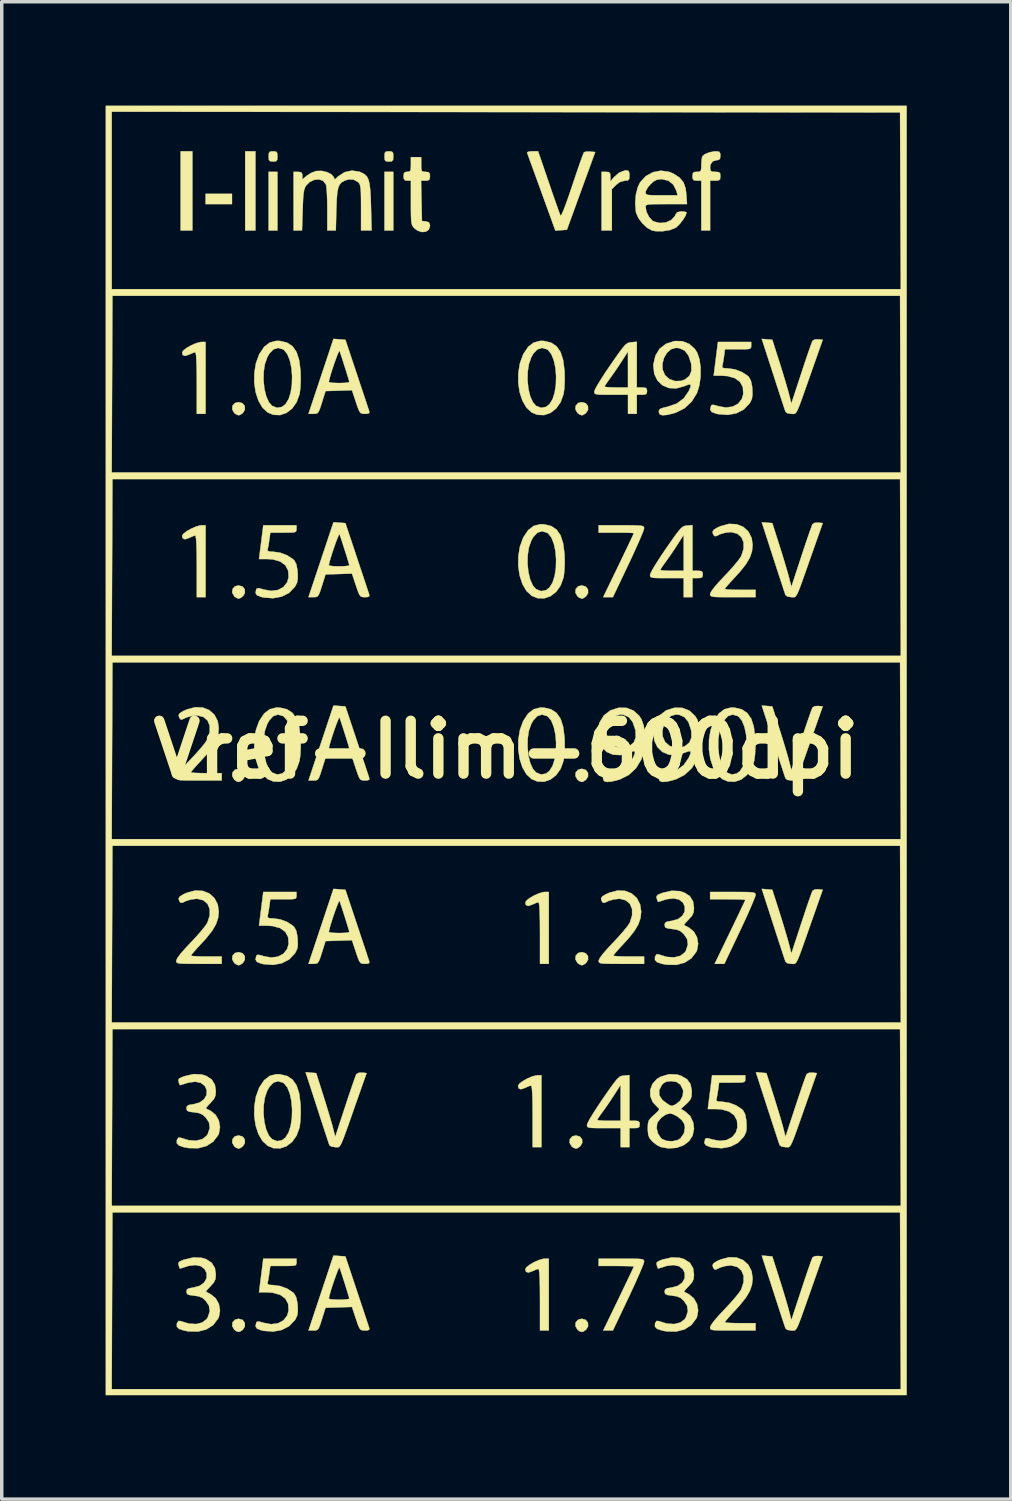
<source format=kicad_pcb>
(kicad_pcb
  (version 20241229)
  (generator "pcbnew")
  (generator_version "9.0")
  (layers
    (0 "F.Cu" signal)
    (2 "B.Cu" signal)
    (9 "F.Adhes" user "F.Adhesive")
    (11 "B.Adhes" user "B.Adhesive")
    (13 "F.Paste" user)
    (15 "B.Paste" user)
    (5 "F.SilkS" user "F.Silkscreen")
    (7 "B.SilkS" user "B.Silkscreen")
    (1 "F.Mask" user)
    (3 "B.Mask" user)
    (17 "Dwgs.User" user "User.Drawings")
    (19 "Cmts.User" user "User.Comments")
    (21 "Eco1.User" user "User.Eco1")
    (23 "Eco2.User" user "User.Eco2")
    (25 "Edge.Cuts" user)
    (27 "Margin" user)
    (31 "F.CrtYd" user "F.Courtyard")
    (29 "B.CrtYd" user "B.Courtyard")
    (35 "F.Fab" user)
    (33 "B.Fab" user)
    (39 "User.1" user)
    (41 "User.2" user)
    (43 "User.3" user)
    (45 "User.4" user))
  (footprint "Vref-Ilim-600dpi"
    (layer "F.Cu")
    (at 11.562 18.589)
    (property "Reference" "Vref-Ilim-600dpi" (at 0 0 0) (layer "F.SilkS") (effects (font (size 1.524 1.524) (thickness 0.3))))
    (attr through_hole)
    (fp_poly (pts (xy -9.059 -14.986) (xy -9.398 -14.986) (xy -9.398 -17.272) (xy -9.059 -17.272) (xy -9.059 -14.986)) (stroke (width 0.01) (type solid)) (fill yes) (layer "F.SilkS"))
    (fp_poly (pts (xy -7.916 -15.748) (xy -8.678 -15.748) (xy -8.678 -16.044) (xy -7.916 -16.044) (xy -7.916 -15.748)) (stroke (width 0.01) (type solid)) (fill yes) (layer "F.SilkS"))
    (fp_poly (pts (xy -7.239 -14.986) (xy -7.535 -14.986) (xy -7.535 -17.272) (xy -7.239 -17.272) (xy -7.239 -14.986)) (stroke (width 0.01) (type solid)) (fill yes) (layer "F.SilkS"))
    (fp_poly (pts (xy -6.604 -14.986) (xy -6.858 -14.986) (xy -6.858 -16.679) (xy -6.604 -16.679) (xy -6.604 -14.986)) (stroke (width 0.01) (type solid)) (fill yes) (layer "F.SilkS"))
    (fp_poly (pts (xy -3.26 -14.986) (xy -3.514 -14.986) (xy -3.514 -16.679) (xy -3.26 -16.679) (xy -3.26 -14.986)) (stroke (width 0.01) (type solid)) (fill yes) (layer "F.SilkS"))
    (fp_poly (pts (xy -7.611 -10) (xy -7.547 -9.919) (xy -7.544 -9.813) (xy -7.602 -9.719) (xy -7.68 -9.665) (xy -7.726 -9.652) (xy -7.8 -9.68) (xy -7.85 -9.719) (xy -7.91 -9.824) (xy -7.901 -9.929) (xy -7.831 -10.006) (xy -7.726 -10.033) (xy -7.611 -10)) (stroke (width 0.01) (type solid)) (fill yes) (layer "F.SilkS"))
    (fp_poly (pts (xy -7.611 -4.709) (xy -7.547 -4.627) (xy -7.544 -4.521) (xy -7.602 -4.427) (xy -7.68 -4.373) (xy -7.726 -4.36) (xy -7.8 -4.388) (xy -7.85 -4.427) (xy -7.91 -4.533) (xy -7.901 -4.637) (xy -7.831 -4.715) (xy -7.726 -4.741) (xy -7.611 -4.709)) (stroke (width 0.01) (type solid)) (fill yes) (layer "F.SilkS"))
    (fp_poly (pts (xy -7.611 0.583) (xy -7.547 0.665) (xy -7.544 0.77) (xy -7.602 0.865) (xy -7.68 0.919) (xy -7.726 0.931) (xy -7.8 0.904) (xy -7.85 0.865) (xy -7.91 0.759) (xy -7.901 0.655) (xy -7.831 0.577) (xy -7.726 0.55) (xy -7.611 0.583)) (stroke (width 0.01) (type solid)) (fill yes) (layer "F.SilkS"))
    (fp_poly (pts (xy -7.611 5.875) (xy -7.547 5.956) (xy -7.544 6.062) (xy -7.602 6.156) (xy -7.68 6.21) (xy -7.726 6.223) (xy -7.8 6.195) (xy -7.85 6.156) (xy -7.91 6.051) (xy -7.901 5.946) (xy -7.831 5.869) (xy -7.726 5.842) (xy -7.611 5.875)) (stroke (width 0.01) (type solid)) (fill yes) (layer "F.SilkS"))
    (fp_poly (pts (xy -7.611 11.166) (xy -7.547 11.248) (xy -7.544 11.354) (xy -7.602 11.448) (xy -7.68 11.502) (xy -7.726 11.515) (xy -7.8 11.487) (xy -7.85 11.448) (xy -7.91 11.342) (xy -7.901 11.238) (xy -7.831 11.16) (xy -7.726 11.134) (xy -7.611 11.166)) (stroke (width 0.01) (type solid)) (fill yes) (layer "F.SilkS"))
    (fp_poly (pts (xy -7.611 16.458) (xy -7.547 16.54) (xy -7.544 16.645) (xy -7.602 16.74) (xy -7.68 16.794) (xy -7.726 16.806) (xy -7.8 16.779) (xy -7.85 16.74) (xy -7.91 16.634) (xy -7.901 16.53) (xy -7.831 16.452) (xy -7.726 16.425) (xy -7.611 16.458)) (stroke (width 0.01) (type solid)) (fill yes) (layer "F.SilkS"))
    (fp_poly (pts (xy -6.646 -17.264) (xy -6.611 -17.222) (xy -6.604 -17.124) (xy -6.611 -17.024) (xy -6.647 -16.983) (xy -6.731 -16.976) (xy -6.816 -16.984) (xy -6.851 -17.026) (xy -6.858 -17.124) (xy -6.851 -17.223) (xy -6.815 -17.264) (xy -6.731 -17.272) (xy -6.646 -17.264)) (stroke (width 0.01) (type solid)) (fill yes) (layer "F.SilkS"))
    (fp_poly (pts (xy -3.301 -17.264) (xy -3.266 -17.222) (xy -3.26 -17.124) (xy -3.267 -17.024) (xy -3.303 -16.983) (xy -3.387 -16.976) (xy -3.472 -16.984) (xy -3.507 -17.026) (xy -3.514 -17.124) (xy -3.507 -17.223) (xy -3.471 -17.264) (xy -3.387 -17.272) (xy -3.301 -17.264)) (stroke (width 0.01) (type solid)) (fill yes) (layer "F.SilkS"))
    (fp_poly (pts (xy 2.126 11.166) (xy 2.19 11.248) (xy 2.192 11.354) (xy 2.135 11.448) (xy 2.057 11.502) (xy 2.011 11.515) (xy 1.936 11.487) (xy 1.887 11.448) (xy 1.827 11.342) (xy 1.836 11.238) (xy 1.906 11.16) (xy 2.011 11.134) (xy 2.126 11.166)) (stroke (width 0.01) (type solid)) (fill yes) (layer "F.SilkS"))
    (fp_poly (pts (xy 2.295 -10) (xy 2.359 -9.919) (xy 2.362 -9.813) (xy 2.304 -9.719) (xy 2.226 -9.665) (xy 2.18 -9.652) (xy 2.106 -9.68) (xy 2.056 -9.719) (xy 1.996 -9.824) (xy 2.005 -9.929) (xy 2.075 -10.006) (xy 2.18 -10.033) (xy 2.295 -10)) (stroke (width 0.01) (type solid)) (fill yes) (layer "F.SilkS"))
    (fp_poly (pts (xy 2.295 -4.709) (xy 2.359 -4.627) (xy 2.362 -4.521) (xy 2.304 -4.427) (xy 2.226 -4.373) (xy 2.18 -4.36) (xy 2.106 -4.388) (xy 2.056 -4.427) (xy 1.996 -4.533) (xy 2.005 -4.637) (xy 2.075 -4.715) (xy 2.18 -4.741) (xy 2.295 -4.709)) (stroke (width 0.01) (type solid)) (fill yes) (layer "F.SilkS"))
    (fp_poly (pts (xy 2.295 0.583) (xy 2.359 0.665) (xy 2.362 0.77) (xy 2.304 0.865) (xy 2.226 0.919) (xy 2.18 0.931) (xy 2.106 0.904) (xy 2.056 0.865) (xy 1.996 0.759) (xy 2.005 0.655) (xy 2.075 0.577) (xy 2.18 0.55) (xy 2.295 0.583)) (stroke (width 0.01) (type solid)) (fill yes) (layer "F.SilkS"))
    (fp_poly (pts (xy 2.295 5.875) (xy 2.359 5.956) (xy 2.362 6.062) (xy 2.304 6.156) (xy 2.226 6.21) (xy 2.18 6.223) (xy 2.106 6.195) (xy 2.056 6.156) (xy 1.996 6.051) (xy 2.005 5.946) (xy 2.075 5.869) (xy 2.18 5.842) (xy 2.295 5.875)) (stroke (width 0.01) (type solid)) (fill yes) (layer "F.SilkS"))
    (fp_poly (pts (xy 2.295 16.458) (xy 2.359 16.54) (xy 2.362 16.645) (xy 2.304 16.74) (xy 2.226 16.794) (xy 2.18 16.806) (xy 2.106 16.779) (xy 2.056 16.74) (xy 1.996 16.634) (xy 2.005 16.53) (xy 2.075 16.452) (xy 2.18 16.425) (xy 2.295 16.458)) (stroke (width 0.01) (type solid)) (fill yes) (layer "F.SilkS"))
    (fp_poly (pts (xy -8.678 -9.694) (xy -8.932 -9.694) (xy -8.932 -10.583) (xy -8.934 -10.929) (xy -8.941 -11.19) (xy -8.951 -11.366) (xy -8.966 -11.458) (xy -8.977 -11.472) (xy -9.042 -11.454) (xy -9.141 -11.41) (xy -9.147 -11.407) (xy -9.268 -11.365) (xy -9.337 -11.39) (xy -9.356 -11.464) (xy -9.319 -11.524) (xy -9.226 -11.596) (xy -9.099 -11.669) (xy -8.962 -11.729) (xy -8.838 -11.765) (xy -8.794 -11.769) (xy -8.678 -11.769) (xy -8.678 -9.694)) (stroke (width 0.01) (type solid)) (fill yes) (layer "F.SilkS"))
    (fp_poly (pts (xy -8.678 -4.403) (xy -8.932 -4.403) (xy -8.932 -5.292) (xy -8.934 -5.637) (xy -8.941 -5.898) (xy -8.951 -6.074) (xy -8.966 -6.166) (xy -8.977 -6.181) (xy -9.042 -6.163) (xy -9.141 -6.119) (xy -9.147 -6.115) (xy -9.268 -6.073) (xy -9.337 -6.099) (xy -9.356 -6.173) (xy -9.319 -6.232) (xy -9.226 -6.305) (xy -9.099 -6.377) (xy -8.962 -6.438) (xy -8.838 -6.473) (xy -8.794 -6.477) (xy -8.678 -6.477) (xy -8.678 -4.403)) (stroke (width 0.01) (type solid)) (fill yes) (layer "F.SilkS"))
    (fp_poly (pts (xy 1.016 11.472) (xy 0.762 11.472) (xy 0.762 10.583) (xy 0.76 10.238) (xy 0.754 9.977) (xy 0.743 9.801) (xy 0.728 9.709) (xy 0.718 9.694) (xy 0.652 9.712) (xy 0.553 9.756) (xy 0.547 9.76) (xy 0.426 9.802) (xy 0.357 9.776) (xy 0.339 9.702) (xy 0.375 9.643) (xy 0.469 9.57) (xy 0.596 9.498) (xy 0.733 9.437) (xy 0.856 9.402) (xy 0.9 9.398) (xy 1.016 9.398) (xy 1.016 11.472)) (stroke (width 0.01) (type solid)) (fill yes) (layer "F.SilkS"))
    (fp_poly (pts (xy 1.228 6.181) (xy 0.974 6.181) (xy 0.974 5.292) (xy 0.972 4.946) (xy 0.965 4.686) (xy 0.955 4.509) (xy 0.94 4.417) (xy 0.929 4.403) (xy 0.864 4.421) (xy 0.765 4.465) (xy 0.759 4.468) (xy 0.638 4.51) (xy 0.569 4.485) (xy 0.55 4.411) (xy 0.587 4.351) (xy 0.68 4.279) (xy 0.807 4.206) (xy 0.944 4.146) (xy 1.068 4.11) (xy 1.112 4.106) (xy 1.228 4.106) (xy 1.228 6.181)) (stroke (width 0.01) (type solid)) (fill yes) (layer "F.SilkS"))
    (fp_poly (pts (xy 1.228 16.764) (xy 0.974 16.764) (xy 0.974 15.875) (xy 0.972 15.53) (xy 0.965 15.269) (xy 0.955 15.092) (xy 0.94 15.001) (xy 0.929 14.986) (xy 0.864 15.004) (xy 0.765 15.048) (xy 0.759 15.051) (xy 0.638 15.093) (xy 0.569 15.068) (xy 0.55 14.994) (xy 0.587 14.935) (xy 0.68 14.862) (xy 0.807 14.789) (xy 0.944 14.729) (xy 1.068 14.694) (xy 1.112 14.69) (xy 1.228 14.69) (xy 1.228 16.764)) (stroke (width 0.01) (type solid)) (fill yes) (layer "F.SilkS"))
    (fp_poly (pts (xy 3.529 -16.706) (xy 3.553 -16.644) (xy 3.556 -16.573) (xy 3.549 -16.474) (xy 3.513 -16.433) (xy 3.426 -16.425) (xy 3.278 -16.385) (xy 3.172 -16.302) (xy 3.048 -16.178) (xy 3.048 -14.986) (xy 2.752 -14.986) (xy 2.752 -16.679) (xy 2.879 -16.679) (xy 2.966 -16.67) (xy 3 -16.625) (xy 3.006 -16.542) (xy 3.006 -16.404) (xy 3.101 -16.517) (xy 3.255 -16.653) (xy 3.419 -16.718) (xy 3.469 -16.722) (xy 3.529 -16.706)) (stroke (width 0.01) (type solid)) (fill yes) (layer "F.SilkS"))
    (fp_poly (pts (xy 3.572 -6.477) (xy 3.748 -6.474) (xy 3.864 -6.468) (xy 3.933 -6.456) (xy 3.967 -6.438) (xy 3.978 -6.411) (xy 3.979 -6.389) (xy 3.962 -6.327) (xy 3.912 -6.201) (xy 3.836 -6.021) (xy 3.737 -5.8) (xy 3.622 -5.549) (xy 3.529 -5.351) (xy 3.078 -4.403) (xy 2.798 -4.403) (xy 3.241 -5.318) (xy 3.364 -5.574) (xy 3.474 -5.804) (xy 3.566 -5.997) (xy 3.635 -6.142) (xy 3.675 -6.229) (xy 3.683 -6.249) (xy 3.643 -6.256) (xy 3.535 -6.261) (xy 3.376 -6.264) (xy 3.18 -6.265) (xy 2.667 -6.265) (xy 2.667 -6.477) (xy 3.323 -6.477) (xy 3.572 -6.477)) (stroke (width 0.01) (type solid)) (fill yes) (layer "F.SilkS"))
    (fp_poly (pts (xy 3.572 14.69) (xy 3.748 14.693) (xy 3.864 14.699) (xy 3.933 14.71) (xy 3.967 14.729) (xy 3.978 14.756) (xy 3.979 14.778) (xy 3.962 14.84) (xy 3.912 14.966) (xy 3.836 15.145) (xy 3.737 15.366) (xy 3.622 15.617) (xy 3.529 15.815) (xy 3.078 16.764) (xy 2.798 16.764) (xy 3.241 15.849) (xy 3.364 15.592) (xy 3.474 15.363) (xy 3.566 15.17) (xy 3.635 15.025) (xy 3.675 14.938) (xy 3.683 14.917) (xy 3.643 14.911) (xy 3.535 14.906) (xy 3.376 14.903) (xy 3.18 14.901) (xy 3.175 14.901) (xy 2.667 14.901) (xy 2.667 14.69) (xy 3.323 14.69) (xy 3.572 14.69)) (stroke (width 0.01) (type solid)) (fill yes) (layer "F.SilkS"))
    (fp_poly (pts (xy 6.789 4.107) (xy 6.965 4.109) (xy 7.082 4.115) (xy 7.151 4.127) (xy 7.184 4.146) (xy 7.196 4.173) (xy 7.197 4.195) (xy 7.179 4.256) (xy 7.129 4.382) (xy 7.053 4.562) (xy 6.955 4.783) (xy 6.839 5.034) (xy 6.746 5.232) (xy 6.296 6.181) (xy 6.015 6.181) (xy 6.458 5.265) (xy 6.581 5.009) (xy 6.692 4.779) (xy 6.783 4.587) (xy 6.852 4.441) (xy 6.892 4.354) (xy 6.9 4.334) (xy 6.861 4.328) (xy 6.753 4.323) (xy 6.593 4.319) (xy 6.398 4.318) (xy 6.392 4.318) (xy 5.884 4.318) (xy 5.884 4.106) (xy 6.54 4.106) (xy 6.789 4.107)) (stroke (width 0.01) (type solid)) (fill yes) (layer "F.SilkS"))
    (fp_poly (pts (xy 1.228 -16.372) (xy 1.318 -16.109) (xy 1.401 -15.871) (xy 1.472 -15.67) (xy 1.526 -15.519) (xy 1.559 -15.431) (xy 1.567 -15.414) (xy 1.589 -15.433) (xy 1.634 -15.527) (xy 1.698 -15.689) (xy 1.779 -15.913) (xy 1.875 -16.193) (xy 1.905 -16.282) (xy 1.994 -16.548) (xy 2.075 -16.787) (xy 2.145 -16.987) (xy 2.2 -17.137) (xy 2.234 -17.225) (xy 2.243 -17.243) (xy 2.303 -17.263) (xy 2.408 -17.265) (xy 2.422 -17.264) (xy 2.568 -17.251) (xy 1.751 -15.007) (xy 1.418 -14.983) (xy 1.016 -16.091) (xy 0.911 -16.381) (xy 0.815 -16.645) (xy 0.732 -16.873) (xy 0.666 -17.054) (xy 0.621 -17.178) (xy 0.6 -17.234) (xy 0.6 -17.235) (xy 0.628 -17.258) (xy 0.715 -17.271) (xy 0.753 -17.272) (xy 0.92 -17.272) (xy 1.228 -16.372)) (stroke (width 0.01) (type solid)) (fill yes) (layer "F.SilkS"))
    (fp_poly (pts (xy -5.638 9.322) (xy -5.486 9.335) (xy -5.284 9.97) (xy -5.207 10.215) (xy -5.133 10.458) (xy -5.069 10.674) (xy -5.021 10.842) (xy -5.009 10.888) (xy -4.935 11.172) (xy -4.648 10.296) (xy -4.562 10.035) (xy -4.483 9.801) (xy -4.415 9.604) (xy -4.363 9.458) (xy -4.331 9.375) (xy -4.325 9.363) (xy -4.257 9.326) (xy -4.159 9.321) (xy -4.031 9.335) (xy -4.344 10.223) (xy -4.466 10.573) (xy -4.564 10.851) (xy -4.641 11.065) (xy -4.7 11.224) (xy -4.746 11.336) (xy -4.782 11.409) (xy -4.813 11.452) (xy -4.841 11.471) (xy -4.872 11.475) (xy -4.909 11.473) (xy -4.937 11.472) (xy -5.05 11.455) (xy -5.106 11.412) (xy -5.125 11.356) (xy -5.166 11.231) (xy -5.226 11.049) (xy -5.3 10.822) (xy -5.386 10.559) (xy -5.46 10.33) (xy -5.791 9.309) (xy -5.638 9.322)) (stroke (width 0.01) (type solid)) (fill yes) (layer "F.SilkS"))
    (fp_poly (pts (xy 6.144 -17.261) (xy 6.177 -17.211) (xy 6.181 -17.145) (xy 6.169 -17.054) (xy 6.12 -17.02) (xy 6.083 -17.018) (xy 5.962 -16.985) (xy 5.896 -16.89) (xy 5.884 -16.798) (xy 5.894 -16.718) (xy 5.938 -16.685) (xy 6.032 -16.679) (xy 6.132 -16.672) (xy 6.173 -16.636) (xy 6.181 -16.552) (xy 6.172 -16.467) (xy 6.131 -16.432) (xy 6.032 -16.425) (xy 5.884 -16.425) (xy 5.884 -14.986) (xy 5.63 -14.986) (xy 5.63 -16.425) (xy 5.503 -16.425) (xy 5.413 -16.436) (xy 5.38 -16.485) (xy 5.376 -16.552) (xy 5.387 -16.642) (xy 5.436 -16.675) (xy 5.503 -16.679) (xy 5.58 -16.684) (xy 5.617 -16.715) (xy 5.63 -16.792) (xy 5.631 -16.88) (xy 5.638 -17.011) (xy 5.654 -17.108) (xy 5.664 -17.132) (xy 5.74 -17.193) (xy 5.868 -17.243) (xy 6.012 -17.27) (xy 6.056 -17.272) (xy 6.144 -17.261)) (stroke (width 0.01) (type solid)) (fill yes) (layer "F.SilkS"))
    (fp_poly (pts (xy 7.358 9.322) (xy 7.51 9.335) (xy 7.712 9.97) (xy 7.789 10.215) (xy 7.863 10.458) (xy 7.928 10.674) (xy 7.975 10.842) (xy 7.988 10.888) (xy 8.061 11.172) (xy 8.348 10.296) (xy 8.434 10.035) (xy 8.513 9.801) (xy 8.581 9.604) (xy 8.633 9.458) (xy 8.666 9.375) (xy 8.672 9.363) (xy 8.739 9.326) (xy 8.837 9.321) (xy 8.966 9.335) (xy 8.653 10.223) (xy 8.53 10.573) (xy 8.432 10.851) (xy 8.356 11.065) (xy 8.296 11.224) (xy 8.25 11.336) (xy 8.214 11.409) (xy 8.184 11.452) (xy 8.155 11.471) (xy 8.124 11.475) (xy 8.088 11.473) (xy 8.06 11.472) (xy 7.946 11.455) (xy 7.89 11.412) (xy 7.871 11.356) (xy 7.83 11.231) (xy 7.77 11.049) (xy 7.696 10.822) (xy 7.611 10.559) (xy 7.536 10.33) (xy 7.206 9.309) (xy 7.358 9.322)) (stroke (width 0.01) (type solid)) (fill yes) (layer "F.SilkS"))
    (fp_poly (pts (xy 7.527 -11.845) (xy 7.68 -11.832) (xy 7.882 -11.197) (xy 7.959 -10.952) (xy 8.033 -10.709) (xy 8.097 -10.492) (xy 8.145 -10.324) (xy 8.157 -10.278) (xy 8.23 -9.994) (xy 8.518 -10.871) (xy 8.604 -11.131) (xy 8.683 -11.366) (xy 8.751 -11.563) (xy 8.803 -11.709) (xy 8.835 -11.791) (xy 8.841 -11.804) (xy 8.908 -11.841) (xy 9.006 -11.846) (xy 9.135 -11.832) (xy 8.822 -10.943) (xy 8.699 -10.594) (xy 8.601 -10.316) (xy 8.525 -10.101) (xy 8.466 -9.942) (xy 8.42 -9.83) (xy 8.383 -9.757) (xy 8.353 -9.715) (xy 8.324 -9.696) (xy 8.294 -9.691) (xy 8.257 -9.693) (xy 8.229 -9.694) (xy 8.115 -9.711) (xy 8.06 -9.755) (xy 8.041 -9.811) (xy 7.999 -9.935) (xy 7.94 -10.117) (xy 7.865 -10.345) (xy 7.78 -10.607) (xy 7.706 -10.837) (xy 7.375 -11.858) (xy 7.527 -11.845)) (stroke (width 0.01) (type solid)) (fill yes) (layer "F.SilkS"))
    (fp_poly (pts (xy 7.527 -6.553) (xy 7.68 -6.54) (xy 7.882 -5.905) (xy 7.959 -5.66) (xy 8.033 -5.417) (xy 8.097 -5.201) (xy 8.145 -5.033) (xy 8.157 -4.987) (xy 8.23 -4.703) (xy 8.518 -5.579) (xy 8.604 -5.84) (xy 8.683 -6.074) (xy 8.751 -6.271) (xy 8.803 -6.417) (xy 8.835 -6.5) (xy 8.841 -6.512) (xy 8.908 -6.549) (xy 9.006 -6.554) (xy 9.135 -6.54) (xy 8.822 -5.652) (xy 8.699 -5.302) (xy 8.601 -5.024) (xy 8.525 -4.81) (xy 8.466 -4.651) (xy 8.42 -4.539) (xy 8.383 -4.466) (xy 8.353 -4.423) (xy 8.324 -4.404) (xy 8.294 -4.4) (xy 8.257 -4.402) (xy 8.229 -4.403) (xy 8.115 -4.42) (xy 8.06 -4.463) (xy 8.041 -4.519) (xy 7.999 -4.644) (xy 7.94 -4.826) (xy 7.865 -5.053) (xy 7.78 -5.316) (xy 7.706 -5.545) (xy 7.375 -6.566) (xy 7.527 -6.553)) (stroke (width 0.01) (type solid)) (fill yes) (layer "F.SilkS"))
    (fp_poly (pts (xy 7.527 -1.262) (xy 7.68 -1.249) (xy 7.882 -0.614) (xy 7.959 -0.368) (xy 8.033 -0.126) (xy 8.097 0.091) (xy 8.145 0.259) (xy 8.157 0.305) (xy 8.23 0.589) (xy 8.518 -0.288) (xy 8.604 -0.548) (xy 8.683 -0.783) (xy 8.751 -0.979) (xy 8.803 -1.125) (xy 8.835 -1.208) (xy 8.841 -1.22) (xy 8.908 -1.257) (xy 9.006 -1.263) (xy 9.135 -1.249) (xy 8.822 -0.36) (xy 8.699 -0.01) (xy 8.601 0.267) (xy 8.525 0.482) (xy 8.466 0.641) (xy 8.42 0.753) (xy 8.383 0.826) (xy 8.353 0.868) (xy 8.324 0.887) (xy 8.294 0.892) (xy 8.257 0.89) (xy 8.229 0.889) (xy 8.115 0.872) (xy 8.06 0.828) (xy 8.041 0.773) (xy 7.999 0.648) (xy 7.94 0.466) (xy 7.865 0.238) (xy 7.78 -0.024) (xy 7.706 -0.254) (xy 7.375 -1.275) (xy 7.527 -1.262)) (stroke (width 0.01) (type solid)) (fill yes) (layer "F.SilkS"))
    (fp_poly (pts (xy 7.527 4.03) (xy 7.68 4.043) (xy 7.882 4.678) (xy 7.959 4.923) (xy 8.033 5.166) (xy 8.097 5.383) (xy 8.145 5.551) (xy 8.157 5.597) (xy 8.23 5.881) (xy 8.518 5.004) (xy 8.604 4.744) (xy 8.683 4.509) (xy 8.751 4.312) (xy 8.803 4.166) (xy 8.835 4.084) (xy 8.841 4.071) (xy 8.908 4.034) (xy 9.006 4.029) (xy 9.135 4.043) (xy 8.822 4.932) (xy 8.699 5.281) (xy 8.601 5.559) (xy 8.525 5.774) (xy 8.466 5.933) (xy 8.42 6.045) (xy 8.383 6.118) (xy 8.353 6.16) (xy 8.324 6.179) (xy 8.294 6.184) (xy 8.257 6.182) (xy 8.229 6.181) (xy 8.115 6.164) (xy 8.06 6.12) (xy 8.041 6.064) (xy 7.999 5.94) (xy 7.94 5.758) (xy 7.865 5.53) (xy 7.78 5.268) (xy 7.706 5.038) (xy 7.375 4.017) (xy 7.527 4.03)) (stroke (width 0.01) (type solid)) (fill yes) (layer "F.SilkS"))
    (fp_poly (pts (xy 7.527 14.613) (xy 7.68 14.626) (xy 7.882 15.261) (xy 7.959 15.507) (xy 8.033 15.749) (xy 8.097 15.966) (xy 8.145 16.134) (xy 8.157 16.18) (xy 8.23 16.464) (xy 8.518 15.587) (xy 8.604 15.327) (xy 8.683 15.092) (xy 8.751 14.896) (xy 8.803 14.75) (xy 8.835 14.667) (xy 8.841 14.655) (xy 8.908 14.618) (xy 9.006 14.612) (xy 9.135 14.626) (xy 8.822 15.515) (xy 8.699 15.865) (xy 8.601 16.142) (xy 8.525 16.357) (xy 8.466 16.516) (xy 8.42 16.628) (xy 8.383 16.701) (xy 8.353 16.743) (xy 8.324 16.762) (xy 8.294 16.767) (xy 8.257 16.765) (xy 8.229 16.764) (xy 8.115 16.747) (xy 8.06 16.703) (xy 8.041 16.648) (xy 7.999 16.523) (xy 7.94 16.341) (xy 7.865 16.113) (xy 7.78 15.851) (xy 7.706 15.621) (xy 7.375 14.6) (xy 7.527 14.613)) (stroke (width 0.01) (type solid)) (fill yes) (layer "F.SilkS"))
    (fp_poly (pts (xy -2.455 -16.891) (xy -2.453 -16.766) (xy -2.435 -16.703) (xy -2.391 -16.682) (xy -2.328 -16.679) (xy -2.238 -16.669) (xy -2.205 -16.619) (xy -2.201 -16.552) (xy -2.212 -16.463) (xy -2.261 -16.429) (xy -2.33 -16.425) (xy -2.458 -16.425) (xy -2.434 -15.261) (xy -2.318 -15.248) (xy -2.232 -15.222) (xy -2.203 -15.155) (xy -2.201 -15.115) (xy -2.235 -15.01) (xy -2.32 -14.952) (xy -2.436 -14.941) (xy -2.562 -14.983) (xy -2.648 -15.048) (xy -2.688 -15.091) (xy -2.716 -15.137) (xy -2.734 -15.202) (xy -2.745 -15.299) (xy -2.75 -15.444) (xy -2.752 -15.651) (xy -2.752 -15.788) (xy -2.752 -16.425) (xy -2.857 -16.425) (xy -2.933 -16.439) (xy -2.961 -16.497) (xy -2.963 -16.552) (xy -2.952 -16.643) (xy -2.904 -16.676) (xy -2.857 -16.679) (xy -2.795 -16.686) (xy -2.763 -16.721) (xy -2.753 -16.806) (xy -2.752 -16.891) (xy -2.752 -17.103) (xy -2.455 -17.103) (xy -2.455 -16.891)) (stroke (width 0.01) (type solid)) (fill yes) (layer "F.SilkS"))
    (fp_poly (pts (xy 3.556 10.71) (xy 3.704 10.71) (xy 3.804 10.718) (xy 3.845 10.754) (xy 3.852 10.816) (xy 3.841 10.888) (xy 3.791 10.917) (xy 3.704 10.922) (xy 3.556 10.922) (xy 3.556 11.472) (xy 3.302 11.472) (xy 3.302 10.922) (xy 2.815 10.922) (xy 2.606 10.921) (xy 2.468 10.918) (xy 2.386 10.908) (xy 2.345 10.889) (xy 2.331 10.859) (xy 2.331 10.827) (xy 2.355 10.763) (xy 2.396 10.687) (xy 2.625 10.687) (xy 2.664 10.698) (xy 2.767 10.706) (xy 2.915 10.71) (xy 2.963 10.71) (xy 3.302 10.71) (xy 3.302 10.192) (xy 3.301 9.673) (xy 3.132 9.94) (xy 3.017 10.116) (xy 2.889 10.303) (xy 2.794 10.436) (xy 2.708 10.554) (xy 2.647 10.645) (xy 2.625 10.687) (xy 2.396 10.687) (xy 2.42 10.643) (xy 2.519 10.479) (xy 2.645 10.285) (xy 2.786 10.075) (xy 2.945 9.846) (xy 3.066 9.677) (xy 3.155 9.559) (xy 3.223 9.483) (xy 3.278 9.438) (xy 3.329 9.416) (xy 3.384 9.407) (xy 3.398 9.406) (xy 3.556 9.393) (xy 3.556 10.71)) (stroke (width 0.01) (type solid)) (fill yes) (layer "F.SilkS"))
    (fp_poly (pts (xy 3.768 -10.456) (xy 3.916 -10.456) (xy 4.016 -10.448) (xy 4.057 -10.413) (xy 4.064 -10.351) (xy 4.053 -10.279) (xy 4.003 -10.25) (xy 3.916 -10.245) (xy 3.768 -10.245) (xy 3.768 -9.694) (xy 3.514 -9.694) (xy 3.514 -10.245) (xy 3.027 -10.245) (xy 2.818 -10.245) (xy 2.68 -10.249) (xy 2.597 -10.259) (xy 2.556 -10.277) (xy 2.543 -10.308) (xy 2.542 -10.34) (xy 2.566 -10.404) (xy 2.608 -10.479) (xy 2.836 -10.479) (xy 2.875 -10.469) (xy 2.979 -10.461) (xy 3.127 -10.457) (xy 3.175 -10.456) (xy 3.514 -10.456) (xy 3.513 -10.975) (xy 3.513 -11.493) (xy 3.343 -11.226) (xy 3.228 -11.051) (xy 3.1 -10.864) (xy 3.005 -10.731) (xy 2.92 -10.612) (xy 2.859 -10.522) (xy 2.836 -10.479) (xy 2.608 -10.479) (xy 2.632 -10.524) (xy 2.731 -10.687) (xy 2.856 -10.882) (xy 2.998 -11.091) (xy 3.157 -11.321) (xy 3.277 -11.489) (xy 3.367 -11.607) (xy 3.435 -11.684) (xy 3.49 -11.728) (xy 3.541 -11.75) (xy 3.596 -11.759) (xy 3.61 -11.761) (xy 3.768 -11.774) (xy 3.768 -10.456)) (stroke (width 0.01) (type solid)) (fill yes) (layer "F.SilkS"))
    (fp_poly (pts (xy 5.376 -5.165) (xy 5.524 -5.165) (xy 5.625 -5.157) (xy 5.666 -5.121) (xy 5.673 -5.059) (xy 5.662 -4.987) (xy 5.612 -4.958) (xy 5.524 -4.953) (xy 5.376 -4.953) (xy 5.376 -4.403) (xy 5.122 -4.403) (xy 5.122 -4.953) (xy 4.636 -4.953) (xy 4.427 -4.954) (xy 4.288 -4.957) (xy 4.206 -4.967) (xy 4.165 -4.986) (xy 4.152 -5.016) (xy 4.151 -5.048) (xy 4.175 -5.112) (xy 4.216 -5.188) (xy 4.445 -5.188) (xy 4.484 -5.177) (xy 4.588 -5.169) (xy 4.736 -5.165) (xy 4.784 -5.165) (xy 5.122 -5.165) (xy 5.122 -5.683) (xy 5.122 -6.202) (xy 4.952 -5.935) (xy 4.837 -5.759) (xy 4.709 -5.572) (xy 4.614 -5.439) (xy 4.529 -5.321) (xy 4.468 -5.23) (xy 4.445 -5.188) (xy 4.216 -5.188) (xy 4.24 -5.232) (xy 4.34 -5.396) (xy 4.465 -5.59) (xy 4.607 -5.8) (xy 4.766 -6.029) (xy 4.886 -6.198) (xy 4.976 -6.316) (xy 5.044 -6.392) (xy 5.099 -6.437) (xy 5.149 -6.459) (xy 5.205 -6.468) (xy 5.218 -6.469) (xy 5.376 -6.482) (xy 5.376 -5.165)) (stroke (width 0.01) (type solid)) (fill yes) (layer "F.SilkS"))
    (fp_poly (pts (xy -6.054 -6.371) (xy -6.057 -6.321) (xy -6.077 -6.29) (xy -6.13 -6.273) (xy -6.233 -6.267) (xy -6.403 -6.265) (xy -6.432 -6.265) (xy -6.81 -6.265) (xy -6.838 -6.064) (xy -6.858 -5.928) (xy -6.879 -5.818) (xy -6.886 -5.789) (xy -6.885 -5.742) (xy -6.838 -5.72) (xy -6.725 -5.714) (xy -6.723 -5.714) (xy -6.522 -5.685) (xy -6.321 -5.609) (xy -6.157 -5.502) (xy -6.119 -5.465) (xy -6.06 -5.357) (xy -6.027 -5.188) (xy -6.02 -5.109) (xy -6.016 -4.948) (xy -6.033 -4.835) (xy -6.079 -4.737) (xy -6.103 -4.699) (xy -6.266 -4.528) (xy -6.48 -4.418) (xy -6.73 -4.372) (xy -7.006 -4.394) (xy -7.08 -4.411) (xy -7.195 -4.458) (xy -7.237 -4.525) (xy -7.216 -4.626) (xy -7.191 -4.659) (xy -7.137 -4.662) (xy -7.033 -4.633) (xy -7.005 -4.624) (xy -6.786 -4.584) (xy -6.59 -4.61) (xy -6.432 -4.694) (xy -6.324 -4.831) (xy -6.282 -4.974) (xy -6.294 -5.17) (xy -6.376 -5.324) (xy -6.526 -5.433) (xy -6.739 -5.493) (xy -6.902 -5.503) (xy -7.136 -5.503) (xy -7.074 -5.99) (xy -7.013 -6.477) (xy -6.054 -6.477) (xy -6.054 -6.371)) (stroke (width 0.01) (type solid)) (fill yes) (layer "F.SilkS"))
    (fp_poly (pts (xy -6.054 4.212) (xy -6.057 4.262) (xy -6.077 4.294) (xy -6.13 4.31) (xy -6.233 4.317) (xy -6.403 4.318) (xy -6.432 4.318) (xy -6.81 4.318) (xy -6.838 4.519) (xy -6.858 4.655) (xy -6.879 4.765) (xy -6.886 4.794) (xy -6.885 4.841) (xy -6.838 4.863) (xy -6.725 4.869) (xy -6.723 4.869) (xy -6.522 4.898) (xy -6.321 4.974) (xy -6.157 5.081) (xy -6.119 5.119) (xy -6.06 5.227) (xy -6.027 5.395) (xy -6.02 5.474) (xy -6.016 5.636) (xy -6.033 5.748) (xy -6.079 5.846) (xy -6.103 5.884) (xy -6.266 6.055) (xy -6.48 6.165) (xy -6.73 6.211) (xy -7.006 6.189) (xy -7.08 6.172) (xy -7.195 6.126) (xy -7.237 6.058) (xy -7.216 5.958) (xy -7.191 5.924) (xy -7.137 5.921) (xy -7.033 5.95) (xy -7.005 5.959) (xy -6.786 5.999) (xy -6.59 5.973) (xy -6.432 5.889) (xy -6.324 5.752) (xy -6.282 5.609) (xy -6.294 5.413) (xy -6.376 5.259) (xy -6.526 5.15) (xy -6.739 5.091) (xy -6.902 5.08) (xy -7.136 5.08) (xy -7.074 4.593) (xy -7.013 4.106) (xy -6.054 4.106) (xy -6.054 4.212)) (stroke (width 0.01) (type solid)) (fill yes) (layer "F.SilkS"))
    (fp_poly (pts (xy -6.054 14.796) (xy -6.057 14.846) (xy -6.077 14.877) (xy -6.13 14.893) (xy -6.233 14.9) (xy -6.403 14.901) (xy -6.432 14.901) (xy -6.81 14.901) (xy -6.838 15.102) (xy -6.858 15.239) (xy -6.879 15.348) (xy -6.886 15.378) (xy -6.885 15.424) (xy -6.838 15.447) (xy -6.725 15.453) (xy -6.723 15.453) (xy -6.522 15.482) (xy -6.321 15.557) (xy -6.157 15.664) (xy -6.119 15.702) (xy -6.06 15.81) (xy -6.027 15.979) (xy -6.02 16.057) (xy -6.016 16.219) (xy -6.033 16.331) (xy -6.079 16.43) (xy -6.103 16.468) (xy -6.266 16.638) (xy -6.48 16.749) (xy -6.73 16.795) (xy -7.006 16.773) (xy -7.08 16.755) (xy -7.195 16.709) (xy -7.237 16.642) (xy -7.216 16.541) (xy -7.191 16.507) (xy -7.137 16.505) (xy -7.033 16.533) (xy -7.005 16.542) (xy -6.786 16.582) (xy -6.59 16.557) (xy -6.432 16.472) (xy -6.324 16.336) (xy -6.282 16.192) (xy -6.294 15.997) (xy -6.376 15.843) (xy -6.526 15.734) (xy -6.739 15.674) (xy -6.902 15.663) (xy -7.136 15.663) (xy -7.074 15.177) (xy -7.013 14.69) (xy -6.054 14.69) (xy -6.054 14.796)) (stroke (width 0.01) (type solid)) (fill yes) (layer "F.SilkS"))
    (fp_poly (pts (xy 6.9 9.504) (xy 6.897 9.554) (xy 6.877 9.585) (xy 6.824 9.602) (xy 6.721 9.608) (xy 6.551 9.61) (xy 6.522 9.61) (xy 6.144 9.61) (xy 6.116 9.811) (xy 6.096 9.947) (xy 6.075 10.057) (xy 6.068 10.086) (xy 6.069 10.133) (xy 6.116 10.155) (xy 6.229 10.161) (xy 6.231 10.161) (xy 6.432 10.19) (xy 6.633 10.266) (xy 6.797 10.373) (xy 6.835 10.41) (xy 6.894 10.518) (xy 6.927 10.687) (xy 6.934 10.766) (xy 6.938 10.927) (xy 6.921 11.04) (xy 6.875 11.138) (xy 6.851 11.176) (xy 6.688 11.347) (xy 6.474 11.457) (xy 6.224 11.503) (xy 5.948 11.481) (xy 5.874 11.464) (xy 5.759 11.417) (xy 5.717 11.35) (xy 5.738 11.249) (xy 5.763 11.216) (xy 5.817 11.213) (xy 5.921 11.242) (xy 5.949 11.251) (xy 6.168 11.291) (xy 6.364 11.265) (xy 6.522 11.181) (xy 6.63 11.044) (xy 6.672 10.901) (xy 6.66 10.705) (xy 6.578 10.551) (xy 6.428 10.442) (xy 6.215 10.382) (xy 6.052 10.372) (xy 5.818 10.372) (xy 5.88 9.885) (xy 5.941 9.398) (xy 6.9 9.398) (xy 6.9 9.504)) (stroke (width 0.01) (type solid)) (fill yes) (layer "F.SilkS"))
    (fp_poly (pts (xy 7.07 -11.663) (xy 7.067 -11.613) (xy 7.047 -11.581) (xy 6.993 -11.565) (xy 6.89 -11.558) (xy 6.721 -11.557) (xy 6.691 -11.557) (xy 6.313 -11.557) (xy 6.286 -11.356) (xy 6.265 -11.22) (xy 6.245 -11.11) (xy 6.238 -11.081) (xy 6.238 -11.034) (xy 6.285 -11.012) (xy 6.399 -11.006) (xy 6.4 -11.006) (xy 6.602 -10.977) (xy 6.802 -10.901) (xy 6.966 -10.794) (xy 7.004 -10.756) (xy 7.063 -10.648) (xy 7.097 -10.48) (xy 7.103 -10.401) (xy 7.107 -10.239) (xy 7.09 -10.127) (xy 7.045 -10.029) (xy 7.02 -9.991) (xy 6.857 -9.82) (xy 6.644 -9.71) (xy 6.393 -9.664) (xy 6.117 -9.686) (xy 6.043 -9.703) (xy 5.928 -9.749) (xy 5.887 -9.817) (xy 5.908 -9.917) (xy 5.933 -9.951) (xy 5.986 -9.954) (xy 6.09 -9.925) (xy 6.119 -9.916) (xy 6.338 -9.876) (xy 6.533 -9.902) (xy 6.691 -9.986) (xy 6.8 -10.123) (xy 6.841 -10.266) (xy 6.83 -10.462) (xy 6.747 -10.616) (xy 6.597 -10.725) (xy 6.385 -10.784) (xy 6.222 -10.795) (xy 5.988 -10.795) (xy 6.049 -11.282) (xy 6.111 -11.769) (xy 7.07 -11.769) (xy 7.07 -11.663)) (stroke (width 0.01) (type solid)) (fill yes) (layer "F.SilkS"))
    (fp_poly (pts (xy -6.531 -11.798) (xy -6.325 -11.748) (xy -6.167 -11.644) (xy -6.052 -11.478) (xy -5.977 -11.246) (xy -5.938 -10.943) (xy -5.935 -10.884) (xy -5.932 -10.657) (xy -5.942 -10.442) (xy -5.964 -10.273) (xy -5.967 -10.259) (xy -6.051 -10.029) (xy -6.18 -9.847) (xy -6.344 -9.721) (xy -6.528 -9.658) (xy -6.722 -9.666) (xy -6.884 -9.732) (xy -7.036 -9.872) (xy -7.153 -10.072) (xy -7.233 -10.317) (xy -7.273 -10.59) (xy -7.273 -10.656) (xy -7.005 -10.656) (xy -6.98 -10.415) (xy -6.927 -10.199) (xy -6.849 -10.027) (xy -6.759 -9.926) (xy -6.615 -9.868) (xy -6.474 -9.894) (xy -6.374 -9.971) (xy -6.283 -10.116) (xy -6.221 -10.313) (xy -6.187 -10.542) (xy -6.181 -10.785) (xy -6.201 -11.024) (xy -6.248 -11.242) (xy -6.319 -11.418) (xy -6.415 -11.536) (xy -6.442 -11.555) (xy -6.587 -11.597) (xy -6.72 -11.555) (xy -6.838 -11.431) (xy -6.897 -11.328) (xy -6.966 -11.132) (xy -7.001 -10.901) (xy -7.005 -10.656) (xy -7.273 -10.656) (xy -7.271 -10.873) (xy -7.226 -11.151) (xy -7.133 -11.406) (xy -7.123 -11.425) (xy -6.987 -11.629) (xy -6.826 -11.752) (xy -6.635 -11.801) (xy -6.531 -11.798)) (stroke (width 0.01) (type solid)) (fill yes) (layer "F.SilkS"))
    (fp_poly (pts (xy -6.531 -1.214) (xy -6.325 -1.165) (xy -6.167 -1.06) (xy -6.052 -0.895) (xy -5.977 -0.663) (xy -5.938 -0.359) (xy -5.935 -0.301) (xy -5.932 -0.074) (xy -5.942 0.141) (xy -5.964 0.311) (xy -5.967 0.324) (xy -6.051 0.555) (xy -6.18 0.736) (xy -6.344 0.862) (xy -6.528 0.925) (xy -6.722 0.918) (xy -6.884 0.851) (xy -7.036 0.712) (xy -7.153 0.511) (xy -7.233 0.266) (xy -7.273 -0.006) (xy -7.273 -0.072) (xy -7.005 -0.072) (xy -6.98 0.168) (xy -6.927 0.385) (xy -6.849 0.556) (xy -6.759 0.657) (xy -6.615 0.715) (xy -6.474 0.69) (xy -6.374 0.613) (xy -6.283 0.467) (xy -6.221 0.271) (xy -6.187 0.042) (xy -6.181 -0.202) (xy -6.201 -0.441) (xy -6.248 -0.658) (xy -6.319 -0.835) (xy -6.415 -0.953) (xy -6.442 -0.971) (xy -6.587 -1.013) (xy -6.72 -0.972) (xy -6.838 -0.847) (xy -6.897 -0.745) (xy -6.966 -0.549) (xy -7.001 -0.318) (xy -7.005 -0.072) (xy -7.273 -0.072) (xy -7.271 -0.29) (xy -7.226 -0.568) (xy -7.133 -0.823) (xy -7.123 -0.842) (xy -6.987 -1.045) (xy -6.826 -1.169) (xy -6.635 -1.217) (xy -6.531 -1.214)) (stroke (width 0.01) (type solid)) (fill yes) (layer "F.SilkS"))
    (fp_poly (pts (xy -6.531 9.369) (xy -6.325 9.418) (xy -6.167 9.523) (xy -6.052 9.688) (xy -5.977 9.92) (xy -5.938 10.224) (xy -5.935 10.283) (xy -5.932 10.509) (xy -5.942 10.725) (xy -5.964 10.894) (xy -5.967 10.908) (xy -6.051 11.138) (xy -6.18 11.32) (xy -6.344 11.446) (xy -6.528 11.508) (xy -6.722 11.501) (xy -6.884 11.434) (xy -7.036 11.295) (xy -7.153 11.095) (xy -7.233 10.85) (xy -7.273 10.577) (xy -7.273 10.511) (xy -7.005 10.511) (xy -6.98 10.752) (xy -6.927 10.968) (xy -6.849 11.14) (xy -6.759 11.241) (xy -6.615 11.298) (xy -6.474 11.273) (xy -6.374 11.196) (xy -6.283 11.05) (xy -6.221 10.854) (xy -6.187 10.625) (xy -6.181 10.382) (xy -6.201 10.142) (xy -6.248 9.925) (xy -6.319 9.748) (xy -6.415 9.63) (xy -6.442 9.612) (xy -6.587 9.57) (xy -6.72 9.611) (xy -6.838 9.736) (xy -6.897 9.839) (xy -6.966 10.035) (xy -7.001 10.265) (xy -7.005 10.511) (xy -7.273 10.511) (xy -7.271 10.293) (xy -7.226 10.015) (xy -7.133 9.76) (xy -7.123 9.741) (xy -6.987 9.538) (xy -6.826 9.414) (xy -6.635 9.366) (xy -6.531 9.369)) (stroke (width 0.01) (type solid)) (fill yes) (layer "F.SilkS"))
    (fp_poly (pts (xy 1.089 -11.798) (xy 1.295 -11.748) (xy 1.453 -11.644) (xy 1.568 -11.478) (xy 1.643 -11.246) (xy 1.682 -10.943) (xy 1.685 -10.884) (xy 1.688 -10.657) (xy 1.678 -10.442) (xy 1.656 -10.273) (xy 1.653 -10.259) (xy 1.569 -10.029) (xy 1.44 -9.847) (xy 1.276 -9.721) (xy 1.092 -9.658) (xy 0.898 -9.666) (xy 0.736 -9.732) (xy 0.584 -9.872) (xy 0.467 -10.072) (xy 0.387 -10.317) (xy 0.347 -10.59) (xy 0.347 -10.656) (xy 0.615 -10.656) (xy 0.64 -10.415) (xy 0.693 -10.199) (xy 0.771 -10.027) (xy 0.861 -9.926) (xy 1.005 -9.868) (xy 1.146 -9.894) (xy 1.246 -9.971) (xy 1.337 -10.116) (xy 1.399 -10.313) (xy 1.433 -10.542) (xy 1.439 -10.785) (xy 1.419 -11.024) (xy 1.372 -11.242) (xy 1.301 -11.418) (xy 1.205 -11.536) (xy 1.178 -11.555) (xy 1.033 -11.597) (xy 0.9 -11.555) (xy 0.782 -11.431) (xy 0.723 -11.328) (xy 0.654 -11.132) (xy 0.619 -10.901) (xy 0.615 -10.656) (xy 0.347 -10.656) (xy 0.349 -10.873) (xy 0.394 -11.151) (xy 0.487 -11.406) (xy 0.497 -11.425) (xy 0.633 -11.629) (xy 0.794 -11.752) (xy 0.985 -11.801) (xy 1.089 -11.798)) (stroke (width 0.01) (type solid)) (fill yes) (layer "F.SilkS"))
    (fp_poly (pts (xy 1.089 -6.506) (xy 1.295 -6.457) (xy 1.453 -6.352) (xy 1.568 -6.187) (xy 1.643 -5.955) (xy 1.682 -5.651) (xy 1.685 -5.592) (xy 1.688 -5.366) (xy 1.678 -5.15) (xy 1.656 -4.981) (xy 1.653 -4.967) (xy 1.569 -4.737) (xy 1.44 -4.555) (xy 1.276 -4.429) (xy 1.092 -4.367) (xy 0.898 -4.374) (xy 0.736 -4.441) (xy 0.584 -4.58) (xy 0.467 -4.78) (xy 0.387 -5.025) (xy 0.347 -5.298) (xy 0.347 -5.364) (xy 0.615 -5.364) (xy 0.64 -5.123) (xy 0.693 -4.907) (xy 0.771 -4.735) (xy 0.861 -4.634) (xy 1.005 -4.577) (xy 1.146 -4.602) (xy 1.246 -4.679) (xy 1.337 -4.825) (xy 1.399 -5.021) (xy 1.433 -5.25) (xy 1.439 -5.493) (xy 1.419 -5.733) (xy 1.372 -5.95) (xy 1.301 -6.127) (xy 1.205 -6.245) (xy 1.178 -6.263) (xy 1.033 -6.305) (xy 0.9 -6.264) (xy 0.782 -6.139) (xy 0.723 -6.036) (xy 0.654 -5.84) (xy 0.619 -5.61) (xy 0.615 -5.364) (xy 0.347 -5.364) (xy 0.349 -5.582) (xy 0.394 -5.86) (xy 0.487 -6.115) (xy 0.497 -6.134) (xy 0.633 -6.337) (xy 0.794 -6.461) (xy 0.985 -6.509) (xy 1.089 -6.506)) (stroke (width 0.01) (type solid)) (fill yes) (layer "F.SilkS"))
    (fp_poly (pts (xy 1.089 -1.214) (xy 1.295 -1.165) (xy 1.453 -1.06) (xy 1.568 -0.895) (xy 1.643 -0.663) (xy 1.682 -0.359) (xy 1.685 -0.301) (xy 1.688 -0.074) (xy 1.678 0.141) (xy 1.656 0.311) (xy 1.653 0.324) (xy 1.569 0.555) (xy 1.44 0.736) (xy 1.276 0.862) (xy 1.092 0.925) (xy 0.898 0.918) (xy 0.736 0.851) (xy 0.584 0.712) (xy 0.467 0.511) (xy 0.387 0.266) (xy 0.347 -0.006) (xy 0.347 -0.072) (xy 0.615 -0.072) (xy 0.64 0.168) (xy 0.693 0.385) (xy 0.771 0.556) (xy 0.861 0.657) (xy 1.005 0.715) (xy 1.146 0.69) (xy 1.246 0.613) (xy 1.337 0.467) (xy 1.399 0.271) (xy 1.433 0.042) (xy 1.439 -0.202) (xy 1.419 -0.441) (xy 1.372 -0.658) (xy 1.301 -0.835) (xy 1.205 -0.953) (xy 1.178 -0.971) (xy 1.033 -1.013) (xy 0.9 -0.972) (xy 0.782 -0.847) (xy 0.723 -0.745) (xy 0.654 -0.549) (xy 0.619 -0.318) (xy 0.615 -0.072) (xy 0.347 -0.072) (xy 0.349 -0.29) (xy 0.394 -0.568) (xy 0.487 -0.823) (xy 0.497 -0.842) (xy 0.633 -1.045) (xy 0.794 -1.169) (xy 0.985 -1.217) (xy 1.089 -1.214)) (stroke (width 0.01) (type solid)) (fill yes) (layer "F.SilkS"))
    (fp_poly (pts (xy 6.593 -1.214) (xy 6.798 -1.165) (xy 6.956 -1.06) (xy 7.071 -0.895) (xy 7.146 -0.663) (xy 7.185 -0.359) (xy 7.189 -0.301) (xy 7.192 -0.074) (xy 7.181 0.141) (xy 7.159 0.311) (xy 7.157 0.324) (xy 7.073 0.555) (xy 6.943 0.736) (xy 6.78 0.862) (xy 6.595 0.925) (xy 6.402 0.918) (xy 6.24 0.851) (xy 6.088 0.712) (xy 5.971 0.511) (xy 5.891 0.266) (xy 5.85 -0.006) (xy 5.851 -0.072) (xy 6.119 -0.072) (xy 6.144 0.168) (xy 6.196 0.385) (xy 6.274 0.556) (xy 6.364 0.657) (xy 6.509 0.715) (xy 6.649 0.69) (xy 6.749 0.613) (xy 6.841 0.467) (xy 6.903 0.271) (xy 6.936 0.042) (xy 6.943 -0.202) (xy 6.922 -0.441) (xy 6.876 -0.658) (xy 6.804 -0.835) (xy 6.708 -0.953) (xy 6.681 -0.971) (xy 6.536 -1.013) (xy 6.404 -0.972) (xy 6.285 -0.847) (xy 6.226 -0.745) (xy 6.158 -0.549) (xy 6.123 -0.318) (xy 6.119 -0.072) (xy 5.851 -0.072) (xy 5.852 -0.29) (xy 5.898 -0.568) (xy 5.99 -0.823) (xy 6 -0.842) (xy 6.136 -1.045) (xy 6.297 -1.169) (xy 6.489 -1.217) (xy 6.593 -1.214)) (stroke (width 0.01) (type solid)) (fill yes) (layer "F.SilkS"))
    (fp_poly (pts (xy -8.759 -1.217) (xy -8.57 -1.142) (xy -8.422 -1.009) (xy -8.327 -0.824) (xy -8.297 -0.617) (xy -8.316 -0.433) (xy -8.377 -0.254) (xy -8.488 -0.065) (xy -8.657 0.148) (xy -8.788 0.293) (xy -8.916 0.43) (xy -9.018 0.545) (xy -9.084 0.624) (xy -9.102 0.651) (xy -9.062 0.662) (xy -8.956 0.671) (xy -8.799 0.676) (xy -8.657 0.677) (xy -8.213 0.677) (xy -8.213 0.889) (xy -8.869 0.889) (xy -9.117 0.889) (xy -9.293 0.886) (xy -9.41 0.88) (xy -9.479 0.869) (xy -9.513 0.85) (xy -9.524 0.823) (xy -9.525 0.798) (xy -9.494 0.724) (xy -9.402 0.6) (xy -9.255 0.431) (xy -9.111 0.279) (xy -8.953 0.11) (xy -8.811 -0.051) (xy -8.699 -0.189) (xy -8.632 -0.288) (xy -8.624 -0.303) (xy -8.559 -0.509) (xy -8.56 -0.693) (xy -8.622 -0.842) (xy -8.74 -0.944) (xy -8.908 -0.987) (xy -8.936 -0.988) (xy -9.089 -0.971) (xy -9.233 -0.929) (xy -9.259 -0.917) (xy -9.351 -0.873) (xy -9.399 -0.873) (xy -9.433 -0.917) (xy -9.438 -0.927) (xy -9.457 -0.995) (xy -9.424 -1.053) (xy -9.327 -1.113) (xy -9.216 -1.163) (xy -8.979 -1.226) (xy -8.759 -1.217)) (stroke (width 0.01) (type solid)) (fill yes) (layer "F.SilkS"))
    (fp_poly (pts (xy -8.759 4.075) (xy -8.57 4.15) (xy -8.422 4.283) (xy -8.327 4.468) (xy -8.297 4.675) (xy -8.316 4.858) (xy -8.377 5.037) (xy -8.488 5.226) (xy -8.657 5.44) (xy -8.788 5.584) (xy -8.916 5.722) (xy -9.018 5.837) (xy -9.084 5.916) (xy -9.102 5.943) (xy -9.062 5.954) (xy -8.956 5.962) (xy -8.799 5.968) (xy -8.657 5.969) (xy -8.213 5.969) (xy -8.213 6.181) (xy -8.869 6.181) (xy -9.117 6.18) (xy -9.293 6.178) (xy -9.41 6.172) (xy -9.479 6.16) (xy -9.513 6.142) (xy -9.524 6.114) (xy -9.525 6.089) (xy -9.494 6.016) (xy -9.402 5.892) (xy -9.255 5.723) (xy -9.111 5.571) (xy -8.953 5.402) (xy -8.811 5.24) (xy -8.699 5.102) (xy -8.632 5.004) (xy -8.624 4.989) (xy -8.559 4.782) (xy -8.56 4.599) (xy -8.622 4.45) (xy -8.74 4.348) (xy -8.908 4.305) (xy -8.936 4.304) (xy -9.089 4.321) (xy -9.233 4.363) (xy -9.259 4.375) (xy -9.351 4.418) (xy -9.399 4.419) (xy -9.433 4.374) (xy -9.438 4.365) (xy -9.457 4.297) (xy -9.424 4.239) (xy -9.327 4.178) (xy -9.216 4.128) (xy -8.979 4.065) (xy -8.759 4.075)) (stroke (width 0.01) (type solid)) (fill yes) (layer "F.SilkS"))
    (fp_poly (pts (xy 3.433 4.075) (xy 3.622 4.15) (xy 3.77 4.283) (xy 3.865 4.468) (xy 3.895 4.675) (xy 3.876 4.858) (xy 3.815 5.037) (xy 3.704 5.226) (xy 3.535 5.44) (xy 3.404 5.584) (xy 3.276 5.722) (xy 3.174 5.837) (xy 3.108 5.916) (xy 3.09 5.943) (xy 3.13 5.954) (xy 3.236 5.962) (xy 3.393 5.968) (xy 3.535 5.969) (xy 3.979 5.969) (xy 3.979 6.181) (xy 3.323 6.181) (xy 3.075 6.18) (xy 2.899 6.178) (xy 2.782 6.172) (xy 2.713 6.16) (xy 2.679 6.142) (xy 2.668 6.114) (xy 2.667 6.089) (xy 2.698 6.016) (xy 2.79 5.892) (xy 2.937 5.723) (xy 3.081 5.571) (xy 3.239 5.402) (xy 3.381 5.24) (xy 3.493 5.102) (xy 3.56 5.004) (xy 3.568 4.989) (xy 3.633 4.782) (xy 3.632 4.599) (xy 3.57 4.45) (xy 3.452 4.348) (xy 3.284 4.305) (xy 3.256 4.304) (xy 3.103 4.321) (xy 2.959 4.363) (xy 2.933 4.375) (xy 2.841 4.418) (xy 2.793 4.419) (xy 2.759 4.374) (xy 2.754 4.365) (xy 2.735 4.297) (xy 2.768 4.239) (xy 2.865 4.178) (xy 2.976 4.128) (xy 3.213 4.065) (xy 3.433 4.075)) (stroke (width 0.01) (type solid)) (fill yes) (layer "F.SilkS"))
    (fp_poly (pts (xy 6.65 -6.508) (xy 6.839 -6.434) (xy 6.987 -6.3) (xy 7.082 -6.115) (xy 7.112 -5.908) (xy 7.093 -5.725) (xy 7.032 -5.546) (xy 6.921 -5.357) (xy 6.752 -5.143) (xy 6.621 -4.999) (xy 6.493 -4.861) (xy 6.391 -4.746) (xy 6.325 -4.668) (xy 6.308 -4.64) (xy 6.347 -4.63) (xy 6.454 -4.621) (xy 6.61 -4.616) (xy 6.752 -4.614) (xy 7.197 -4.614) (xy 7.197 -4.403) (xy 6.54 -4.403) (xy 6.292 -4.403) (xy 6.116 -4.405) (xy 5.999 -4.411) (xy 5.931 -4.423) (xy 5.897 -4.442) (xy 5.885 -4.469) (xy 5.884 -4.494) (xy 5.916 -4.568) (xy 6.007 -4.691) (xy 6.155 -4.86) (xy 6.299 -5.013) (xy 6.457 -5.181) (xy 6.598 -5.343) (xy 6.71 -5.481) (xy 6.778 -5.579) (xy 6.785 -5.594) (xy 6.851 -5.801) (xy 6.85 -5.985) (xy 6.787 -6.133) (xy 6.669 -6.235) (xy 6.501 -6.279) (xy 6.473 -6.279) (xy 6.32 -6.262) (xy 6.177 -6.221) (xy 6.151 -6.208) (xy 6.059 -6.165) (xy 6.011 -6.165) (xy 5.977 -6.209) (xy 5.972 -6.218) (xy 5.953 -6.286) (xy 5.986 -6.345) (xy 6.082 -6.405) (xy 6.193 -6.455) (xy 6.431 -6.518) (xy 6.65 -6.508)) (stroke (width 0.01) (type solid)) (fill yes) (layer "F.SilkS"))
    (fp_poly (pts (xy 6.65 14.658) (xy 6.839 14.733) (xy 6.987 14.866) (xy 7.082 15.051) (xy 7.112 15.258) (xy 7.093 15.442) (xy 7.032 15.621) (xy 6.921 15.81) (xy 6.752 16.023) (xy 6.621 16.168) (xy 6.493 16.305) (xy 6.391 16.42) (xy 6.325 16.499) (xy 6.308 16.526) (xy 6.347 16.537) (xy 6.454 16.546) (xy 6.61 16.551) (xy 6.752 16.552) (xy 7.197 16.552) (xy 7.197 16.764) (xy 6.54 16.764) (xy 6.292 16.764) (xy 6.116 16.761) (xy 5.999 16.755) (xy 5.931 16.744) (xy 5.897 16.725) (xy 5.885 16.698) (xy 5.884 16.673) (xy 5.916 16.599) (xy 6.007 16.475) (xy 6.155 16.306) (xy 6.299 16.154) (xy 6.457 15.985) (xy 6.598 15.824) (xy 6.71 15.686) (xy 6.778 15.587) (xy 6.785 15.572) (xy 6.851 15.366) (xy 6.85 15.182) (xy 6.787 15.033) (xy 6.669 14.931) (xy 6.501 14.888) (xy 6.473 14.887) (xy 6.32 14.904) (xy 6.177 14.946) (xy 6.151 14.958) (xy 6.059 15.002) (xy 6.011 15.002) (xy 5.977 14.958) (xy 5.972 14.948) (xy 5.953 14.88) (xy 5.986 14.822) (xy 6.082 14.762) (xy 6.193 14.712) (xy 6.431 14.649) (xy 6.65 14.658)) (stroke (width 0.01) (type solid)) (fill yes) (layer "F.SilkS"))
    (fp_poly (pts (xy -4.814 -11.845) (xy -4.642 -11.832) (xy -4.31 -10.837) (xy -4.218 -10.559) (xy -4.133 -10.305) (xy -4.06 -10.087) (xy -4.004 -9.916) (xy -3.967 -9.805) (xy -3.955 -9.768) (xy -3.954 -9.718) (xy -4.006 -9.697) (xy -4.079 -9.694) (xy -4.151 -9.697) (xy -4.201 -9.716) (xy -4.241 -9.768) (xy -4.283 -9.867) (xy -4.339 -10.031) (xy -4.34 -10.035) (xy -4.453 -10.375) (xy -4.834 -10.363) (xy -5.216 -10.351) (xy -5.319 -10.022) (xy -5.371 -9.861) (xy -5.411 -9.763) (xy -5.45 -9.714) (xy -5.501 -9.697) (xy -5.565 -9.694) (xy -5.708 -9.694) (xy -5.401 -10.615) (xy -5.121 -10.615) (xy -5.083 -10.599) (xy -4.982 -10.588) (xy -4.838 -10.583) (xy -4.826 -10.583) (xy -4.68 -10.587) (xy -4.574 -10.598) (xy -4.53 -10.614) (xy -4.53 -10.615) (xy -4.542 -10.665) (xy -4.576 -10.778) (xy -4.625 -10.938) (xy -4.685 -11.126) (xy -4.749 -11.326) (xy -4.812 -11.515) (xy -4.829 -11.496) (xy -4.865 -11.415) (xy -4.914 -11.288) (xy -4.968 -11.135) (xy -5.022 -10.974) (xy -5.07 -10.822) (xy -5.104 -10.698) (xy -5.121 -10.62) (xy -5.121 -10.615) (xy -5.401 -10.615) (xy -5.347 -10.776) (xy -4.987 -11.858) (xy -4.814 -11.845)) (stroke (width 0.01) (type solid)) (fill yes) (layer "F.SilkS"))
    (fp_poly (pts (xy -4.814 -6.553) (xy -4.642 -6.54) (xy -4.31 -5.546) (xy -4.218 -5.267) (xy -4.133 -5.013) (xy -4.06 -4.795) (xy -4.004 -4.624) (xy -3.967 -4.513) (xy -3.955 -4.477) (xy -3.954 -4.427) (xy -4.006 -4.406) (xy -4.079 -4.403) (xy -4.151 -4.406) (xy -4.201 -4.425) (xy -4.241 -4.476) (xy -4.283 -4.576) (xy -4.339 -4.74) (xy -4.34 -4.743) (xy -4.453 -5.083) (xy -4.834 -5.071) (xy -5.216 -5.059) (xy -5.319 -4.731) (xy -5.371 -4.569) (xy -5.411 -4.472) (xy -5.45 -4.422) (xy -5.501 -4.405) (xy -5.565 -4.403) (xy -5.708 -4.403) (xy -5.401 -5.323) (xy -5.121 -5.323) (xy -5.083 -5.308) (xy -4.982 -5.296) (xy -4.838 -5.292) (xy -4.826 -5.292) (xy -4.68 -5.296) (xy -4.574 -5.307) (xy -4.53 -5.322) (xy -4.53 -5.323) (xy -4.542 -5.373) (xy -4.576 -5.487) (xy -4.625 -5.646) (xy -4.685 -5.834) (xy -4.749 -6.035) (xy -4.812 -6.223) (xy -4.829 -6.204) (xy -4.865 -6.123) (xy -4.914 -5.997) (xy -4.968 -5.844) (xy -5.022 -5.682) (xy -5.07 -5.53) (xy -5.104 -5.406) (xy -5.121 -5.328) (xy -5.121 -5.323) (xy -5.401 -5.323) (xy -5.347 -5.484) (xy -4.987 -6.566) (xy -4.814 -6.553)) (stroke (width 0.01) (type solid)) (fill yes) (layer "F.SilkS"))
    (fp_poly (pts (xy -4.814 -1.262) (xy -4.642 -1.249) (xy -4.31 -0.254) (xy -4.218 0.024) (xy -4.133 0.278) (xy -4.06 0.497) (xy -4.004 0.667) (xy -3.967 0.778) (xy -3.955 0.815) (xy -3.954 0.865) (xy -4.006 0.886) (xy -4.079 0.889) (xy -4.151 0.886) (xy -4.201 0.867) (xy -4.241 0.816) (xy -4.283 0.716) (xy -4.339 0.552) (xy -4.34 0.549) (xy -4.453 0.209) (xy -4.834 0.221) (xy -5.216 0.233) (xy -5.319 0.561) (xy -5.371 0.723) (xy -5.411 0.82) (xy -5.45 0.869) (xy -5.501 0.887) (xy -5.565 0.889) (xy -5.708 0.889) (xy -5.401 -0.032) (xy -5.121 -0.032) (xy -5.083 -0.016) (xy -4.982 -0.005) (xy -4.838 -0.000026) (xy -4.826 0) (xy -4.68 -0.004) (xy -4.574 -0.015) (xy -4.53 -0.03) (xy -4.53 -0.032) (xy -4.542 -0.082) (xy -4.576 -0.195) (xy -4.625 -0.354) (xy -4.685 -0.543) (xy -4.749 -0.743) (xy -4.812 -0.931) (xy -4.829 -0.913) (xy -4.865 -0.831) (xy -4.914 -0.705) (xy -4.968 -0.552) (xy -5.022 -0.391) (xy -5.07 -0.239) (xy -5.104 -0.115) (xy -5.121 -0.036) (xy -5.121 -0.032) (xy -5.401 -0.032) (xy -5.347 -0.193) (xy -4.987 -1.274) (xy -4.814 -1.262)) (stroke (width 0.01) (type solid)) (fill yes) (layer "F.SilkS"))
    (fp_poly (pts (xy -4.814 4.03) (xy -4.642 4.043) (xy -4.31 5.038) (xy -4.218 5.316) (xy -4.133 5.57) (xy -4.06 5.788) (xy -4.004 5.959) (xy -3.967 6.07) (xy -3.955 6.107) (xy -3.954 6.157) (xy -4.006 6.178) (xy -4.079 6.181) (xy -4.151 6.178) (xy -4.201 6.159) (xy -4.241 6.107) (xy -4.283 6.008) (xy -4.339 5.844) (xy -4.34 5.84) (xy -4.453 5.5) (xy -4.834 5.512) (xy -5.216 5.524) (xy -5.319 5.853) (xy -5.371 6.014) (xy -5.411 6.112) (xy -5.45 6.161) (xy -5.501 6.178) (xy -5.565 6.181) (xy -5.708 6.181) (xy -5.401 5.26) (xy -5.121 5.26) (xy -5.083 5.276) (xy -4.982 5.287) (xy -4.838 5.292) (xy -4.826 5.292) (xy -4.68 5.288) (xy -4.574 5.277) (xy -4.53 5.261) (xy -4.53 5.26) (xy -4.542 5.21) (xy -4.576 5.097) (xy -4.625 4.937) (xy -4.685 4.749) (xy -4.749 4.549) (xy -4.812 4.36) (xy -4.829 4.379) (xy -4.865 4.46) (xy -4.914 4.587) (xy -4.968 4.74) (xy -5.022 4.901) (xy -5.07 5.053) (xy -5.104 5.177) (xy -5.121 5.255) (xy -5.121 5.26) (xy -5.401 5.26) (xy -5.347 5.099) (xy -4.987 4.017) (xy -4.814 4.03)) (stroke (width 0.01) (type solid)) (fill yes) (layer "F.SilkS"))
    (fp_poly (pts (xy -4.814 14.613) (xy -4.642 14.626) (xy -4.31 15.621) (xy -4.218 15.899) (xy -4.133 16.153) (xy -4.06 16.372) (xy -4.004 16.542) (xy -3.967 16.653) (xy -3.955 16.69) (xy -3.954 16.74) (xy -4.006 16.761) (xy -4.079 16.764) (xy -4.151 16.761) (xy -4.201 16.742) (xy -4.241 16.691) (xy -4.283 16.591) (xy -4.339 16.427) (xy -4.34 16.424) (xy -4.453 16.084) (xy -4.834 16.096) (xy -5.216 16.108) (xy -5.319 16.436) (xy -5.371 16.598) (xy -5.411 16.695) (xy -5.45 16.744) (xy -5.501 16.762) (xy -5.565 16.764) (xy -5.708 16.764) (xy -5.401 15.843) (xy -5.121 15.843) (xy -5.083 15.859) (xy -4.982 15.87) (xy -4.838 15.875) (xy -4.826 15.875) (xy -4.68 15.871) (xy -4.574 15.86) (xy -4.53 15.845) (xy -4.53 15.843) (xy -4.542 15.793) (xy -4.576 15.68) (xy -4.625 15.521) (xy -4.685 15.332) (xy -4.749 15.132) (xy -4.812 14.944) (xy -4.829 14.962) (xy -4.865 15.044) (xy -4.914 15.17) (xy -4.968 15.323) (xy -5.022 15.484) (xy -5.07 15.636) (xy -5.104 15.76) (xy -5.121 15.839) (xy -5.121 15.843) (xy -5.401 15.843) (xy -5.347 15.682) (xy -4.987 14.601) (xy -4.814 14.613)) (stroke (width 0.01) (type solid)) (fill yes) (layer "F.SilkS"))
    (fp_poly (pts (xy 3.474 -1.207) (xy 3.673 -1.129) (xy 3.836 -0.982) (xy 3.903 -0.878) (xy 3.969 -0.688) (xy 4.001 -0.448) (xy 4 -0.188) (xy 3.967 0.065) (xy 3.9 0.281) (xy 3.898 0.285) (xy 3.745 0.535) (xy 3.536 0.729) (xy 3.284 0.856) (xy 3.255 0.865) (xy 3.043 0.919) (xy 2.9 0.931) (xy 2.819 0.903) (xy 2.794 0.834) (xy 2.804 0.777) (xy 2.848 0.739) (xy 2.943 0.707) (xy 3.049 0.684) (xy 3.309 0.594) (xy 3.514 0.443) (xy 3.657 0.237) (xy 3.657 0.237) (xy 3.711 0.11) (xy 3.713 0.048) (xy 3.658 0.043) (xy 3.538 0.088) (xy 3.529 0.092) (xy 3.297 0.156) (xy 3.083 0.144) (xy 2.899 0.065) (xy 2.755 -0.073) (xy 2.664 -0.262) (xy 2.637 -0.493) (xy 2.64 -0.541) (xy 2.642 -0.55) (xy 2.898 -0.55) (xy 2.905 -0.386) (xy 2.976 -0.226) (xy 3.102 -0.113) (xy 3.264 -0.056) (xy 3.441 -0.062) (xy 3.55 -0.103) (xy 3.678 -0.206) (xy 3.737 -0.351) (xy 3.73 -0.545) (xy 3.723 -0.583) (xy 3.649 -0.797) (xy 3.538 -0.938) (xy 3.386 -1.007) (xy 3.289 -1.016) (xy 3.151 -0.977) (xy 3.031 -0.873) (xy 2.943 -0.724) (xy 2.898 -0.55) (xy 2.642 -0.55) (xy 2.698 -0.794) (xy 2.819 -0.991) (xy 3.002 -1.131) (xy 3.021 -1.14) (xy 3.252 -1.212) (xy 3.474 -1.207)) (stroke (width 0.01) (type solid)) (fill yes) (layer "F.SilkS"))
    (fp_poly (pts (xy 5.083 -11.791) (xy 5.282 -11.713) (xy 5.445 -11.565) (xy 5.512 -11.461) (xy 5.577 -11.271) (xy 5.61 -11.032) (xy 5.609 -10.771) (xy 5.575 -10.519) (xy 5.509 -10.302) (xy 5.507 -10.298) (xy 5.354 -10.048) (xy 5.145 -9.854) (xy 4.893 -9.727) (xy 4.863 -9.718) (xy 4.652 -9.665) (xy 4.509 -9.652) (xy 4.428 -9.681) (xy 4.403 -9.749) (xy 4.413 -9.806) (xy 4.456 -9.844) (xy 4.552 -9.876) (xy 4.657 -9.899) (xy 4.918 -9.99) (xy 5.122 -10.14) (xy 5.265 -10.346) (xy 5.266 -10.347) (xy 5.319 -10.473) (xy 5.322 -10.536) (xy 5.266 -10.541) (xy 5.147 -10.496) (xy 5.137 -10.492) (xy 4.906 -10.428) (xy 4.692 -10.439) (xy 4.507 -10.518) (xy 4.364 -10.656) (xy 4.273 -10.845) (xy 4.246 -11.076) (xy 4.249 -11.124) (xy 4.251 -11.133) (xy 4.507 -11.133) (xy 4.514 -10.969) (xy 4.584 -10.809) (xy 4.711 -10.696) (xy 4.872 -10.639) (xy 5.05 -10.646) (xy 5.159 -10.686) (xy 5.286 -10.789) (xy 5.346 -10.934) (xy 5.339 -11.128) (xy 5.331 -11.166) (xy 5.258 -11.381) (xy 5.147 -11.521) (xy 4.994 -11.59) (xy 4.898 -11.599) (xy 4.759 -11.56) (xy 4.64 -11.457) (xy 4.552 -11.308) (xy 4.507 -11.133) (xy 4.251 -11.133) (xy 4.307 -11.377) (xy 4.427 -11.574) (xy 4.61 -11.714) (xy 4.629 -11.723) (xy 4.861 -11.796) (xy 5.083 -11.791)) (stroke (width 0.01) (type solid)) (fill yes) (layer "F.SilkS"))
    (fp_poly (pts (xy 5.083 -1.207) (xy 5.282 -1.129) (xy 5.445 -0.982) (xy 5.512 -0.878) (xy 5.577 -0.688) (xy 5.61 -0.448) (xy 5.609 -0.188) (xy 5.575 0.065) (xy 5.509 0.281) (xy 5.507 0.285) (xy 5.354 0.535) (xy 5.145 0.729) (xy 4.893 0.856) (xy 4.863 0.865) (xy 4.652 0.919) (xy 4.509 0.931) (xy 4.428 0.903) (xy 4.403 0.834) (xy 4.413 0.777) (xy 4.456 0.739) (xy 4.552 0.707) (xy 4.657 0.684) (xy 4.918 0.594) (xy 5.122 0.443) (xy 5.265 0.237) (xy 5.266 0.237) (xy 5.319 0.11) (xy 5.322 0.048) (xy 5.266 0.043) (xy 5.147 0.088) (xy 5.137 0.092) (xy 4.906 0.156) (xy 4.692 0.144) (xy 4.507 0.065) (xy 4.364 -0.073) (xy 4.273 -0.262) (xy 4.246 -0.493) (xy 4.249 -0.541) (xy 4.251 -0.55) (xy 4.507 -0.55) (xy 4.514 -0.386) (xy 4.584 -0.226) (xy 4.711 -0.113) (xy 4.872 -0.056) (xy 5.05 -0.062) (xy 5.159 -0.103) (xy 5.286 -0.206) (xy 5.346 -0.351) (xy 5.339 -0.545) (xy 5.331 -0.583) (xy 5.258 -0.797) (xy 5.147 -0.938) (xy 4.994 -1.007) (xy 4.898 -1.016) (xy 4.759 -0.977) (xy 4.64 -0.873) (xy 4.552 -0.724) (xy 4.507 -0.55) (xy 4.251 -0.55) (xy 4.307 -0.794) (xy 4.427 -0.991) (xy 4.61 -1.131) (xy 4.629 -1.14) (xy 4.861 -1.212) (xy 5.083 -1.207)) (stroke (width 0.01) (type solid)) (fill yes) (layer "F.SilkS"))
    (fp_poly (pts (xy 11.557 18.627) (xy -11.557 18.627) (xy -11.557 18.457) (xy -11.388 18.457) (xy 11.388 18.457) (xy 11.377 15.907) (xy 11.367 13.356) (xy -11.367 13.356) (xy -11.388 18.457) (xy -11.557 18.457) (xy -11.557 13.166) (xy -11.388 13.166) (xy 11.388 13.166) (xy 11.377 10.615) (xy 11.367 8.065) (xy -11.367 8.065) (xy -11.377 10.615) (xy -11.388 13.166) (xy -11.557 13.166) (xy -11.557 7.874) (xy -11.388 7.874) (xy 11.388 7.874) (xy 11.377 5.323) (xy 11.367 2.773) (xy -11.367 2.773) (xy -11.377 5.323) (xy -11.388 7.874) (xy -11.557 7.874) (xy -11.557 2.582) (xy -11.388 2.582) (xy 11.388 2.582) (xy 11.377 0.032) (xy 11.367 -2.519) (xy -11.367 -2.519) (xy -11.388 2.582) (xy -11.557 2.582) (xy -11.557 -2.709) (xy -11.388 -2.709) (xy 11.388 -2.709) (xy 11.377 -5.26) (xy 11.367 -7.811) (xy -11.367 -7.811) (xy -11.377 -5.26) (xy -11.388 -2.709) (xy -11.557 -2.709) (xy -11.557 -8.001) (xy -11.388 -8.001) (xy 11.388 -8.001) (xy 11.377 -10.552) (xy 11.367 -13.102) (xy -11.367 -13.102) (xy -11.377 -10.552) (xy -11.388 -8.001) (xy -11.557 -8.001) (xy -11.557 -13.293) (xy -11.388 -13.293) (xy 11.388 -13.293) (xy 11.377 -15.843) (xy 11.367 -18.394) (xy -0.011 -18.404) (xy -11.388 -18.415) (xy -11.388 -13.293) (xy -11.557 -13.293) (xy -11.557 -18.584) (xy 11.557 -18.584) (xy 11.557 18.627)) (stroke (width 0.01) (type solid)) (fill yes) (layer "F.SilkS"))
    (fp_poly (pts (xy -8.792 9.374) (xy -8.661 9.415) (xy -8.501 9.518) (xy -8.409 9.669) (xy -8.382 9.856) (xy -8.393 9.985) (xy -8.438 10.085) (xy -8.532 10.191) (xy -8.615 10.278) (xy -8.663 10.337) (xy -8.669 10.351) (xy -8.627 10.375) (xy -8.54 10.42) (xy -8.525 10.428) (xy -8.385 10.543) (xy -8.295 10.706) (xy -8.262 10.893) (xy -8.293 11.078) (xy -8.314 11.125) (xy -8.457 11.313) (xy -8.653 11.44) (xy -8.893 11.503) (xy -9.169 11.498) (xy -9.307 11.473) (xy -9.445 11.425) (xy -9.508 11.361) (xy -9.507 11.27) (xy -9.504 11.262) (xy -9.461 11.196) (xy -9.405 11.199) (xy -9.166 11.272) (xy -8.952 11.286) (xy -8.775 11.242) (xy -8.647 11.142) (xy -8.615 11.092) (xy -8.557 10.916) (xy -8.58 10.759) (xy -8.67 10.621) (xy -8.766 10.534) (xy -8.874 10.487) (xy -9.009 10.467) (xy -9.139 10.45) (xy -9.205 10.424) (xy -9.227 10.379) (xy -9.229 10.351) (xy -9.217 10.291) (xy -9.168 10.257) (xy -9.059 10.237) (xy -9.029 10.233) (xy -8.849 10.183) (xy -8.72 10.088) (xy -8.649 9.963) (xy -8.647 9.821) (xy -8.701 9.705) (xy -8.812 9.617) (xy -8.972 9.583) (xy -9.165 9.607) (xy -9.228 9.626) (xy -9.34 9.662) (xy -9.411 9.681) (xy -9.423 9.682) (xy -9.439 9.64) (xy -9.458 9.582) (xy -9.464 9.524) (xy -9.427 9.482) (xy -9.331 9.439) (xy -9.286 9.424) (xy -9.024 9.363) (xy -8.792 9.374)) (stroke (width 0.01) (type solid)) (fill yes) (layer "F.SilkS"))
    (fp_poly (pts (xy -8.792 14.666) (xy -8.661 14.706) (xy -8.501 14.81) (xy -8.409 14.961) (xy -8.382 15.148) (xy -8.393 15.277) (xy -8.438 15.376) (xy -8.532 15.483) (xy -8.615 15.57) (xy -8.663 15.629) (xy -8.669 15.642) (xy -8.627 15.666) (xy -8.54 15.712) (xy -8.525 15.72) (xy -8.385 15.835) (xy -8.295 15.998) (xy -8.262 16.185) (xy -8.293 16.369) (xy -8.314 16.417) (xy -8.457 16.605) (xy -8.653 16.732) (xy -8.893 16.794) (xy -9.169 16.79) (xy -9.307 16.764) (xy -9.445 16.717) (xy -9.508 16.653) (xy -9.507 16.561) (xy -9.504 16.554) (xy -9.461 16.488) (xy -9.405 16.491) (xy -9.166 16.564) (xy -8.952 16.578) (xy -8.775 16.534) (xy -8.647 16.434) (xy -8.615 16.383) (xy -8.557 16.208) (xy -8.58 16.05) (xy -8.67 15.913) (xy -8.766 15.825) (xy -8.874 15.779) (xy -9.009 15.758) (xy -9.139 15.741) (xy -9.205 15.716) (xy -9.227 15.671) (xy -9.229 15.642) (xy -9.217 15.583) (xy -9.168 15.549) (xy -9.059 15.528) (xy -9.029 15.525) (xy -8.849 15.475) (xy -8.72 15.38) (xy -8.649 15.255) (xy -8.647 15.113) (xy -8.701 14.997) (xy -8.812 14.909) (xy -8.972 14.875) (xy -9.165 14.898) (xy -9.228 14.918) (xy -9.34 14.954) (xy -9.411 14.973) (xy -9.423 14.974) (xy -9.439 14.931) (xy -9.458 14.874) (xy -9.464 14.816) (xy -9.427 14.773) (xy -9.331 14.731) (xy -9.286 14.715) (xy -9.024 14.655) (xy -8.792 14.666)) (stroke (width 0.01) (type solid)) (fill yes) (layer "F.SilkS"))
    (fp_poly (pts (xy -4.238 -16.683) (xy -4.172 -16.656) (xy -4.087 -16.608) (xy -4.023 -16.546) (xy -3.977 -16.458) (xy -3.946 -16.331) (xy -3.925 -16.155) (xy -3.911 -15.915) (xy -3.904 -15.674) (xy -3.886 -14.986) (xy -4.191 -14.986) (xy -4.191 -15.642) (xy -4.192 -15.894) (xy -4.195 -16.075) (xy -4.203 -16.2) (xy -4.217 -16.283) (xy -4.239 -16.337) (xy -4.27 -16.377) (xy -4.276 -16.383) (xy -4.405 -16.456) (xy -4.565 -16.457) (xy -4.668 -16.422) (xy -4.748 -16.377) (xy -4.807 -16.315) (xy -4.848 -16.224) (xy -4.875 -16.09) (xy -4.892 -15.9) (xy -4.902 -15.642) (xy -4.904 -15.589) (xy -4.919 -14.986) (xy -5.165 -14.986) (xy -5.165 -15.597) (xy -5.167 -15.825) (xy -5.175 -16.03) (xy -5.186 -16.194) (xy -5.2 -16.298) (xy -5.206 -16.316) (xy -5.282 -16.416) (xy -5.4 -16.461) (xy -5.538 -16.45) (xy -5.674 -16.385) (xy -5.771 -16.289) (xy -5.807 -16.231) (xy -5.832 -16.158) (xy -5.85 -16.055) (xy -5.863 -15.905) (xy -5.872 -15.693) (xy -5.876 -15.579) (xy -5.895 -14.986) (xy -6.138 -14.986) (xy -6.138 -16.679) (xy -6.011 -16.679) (xy -5.921 -16.668) (xy -5.888 -16.62) (xy -5.884 -16.57) (xy -5.884 -16.46) (xy -5.756 -16.568) (xy -5.631 -16.648) (xy -5.497 -16.7) (xy -5.484 -16.703) (xy -5.327 -16.707) (xy -5.17 -16.671) (xy -5.044 -16.605) (xy -4.991 -16.545) (xy -4.946 -16.46) (xy -4.854 -16.546) (xy -4.665 -16.67) (xy -4.454 -16.716) (xy -4.238 -16.683)) (stroke (width 0.01) (type solid)) (fill yes) (layer "F.SilkS"))
    (fp_poly (pts (xy 5.009 4.082) (xy 5.139 4.123) (xy 5.3 4.227) (xy 5.392 4.377) (xy 5.419 4.564) (xy 5.408 4.694) (xy 5.362 4.793) (xy 5.269 4.899) (xy 5.186 4.987) (xy 5.137 5.045) (xy 5.132 5.059) (xy 5.173 5.083) (xy 5.261 5.129) (xy 5.275 5.136) (xy 5.415 5.251) (xy 5.506 5.415) (xy 5.539 5.601) (xy 5.507 5.786) (xy 5.486 5.834) (xy 5.344 6.021) (xy 5.148 6.148) (xy 4.908 6.211) (xy 4.632 6.206) (xy 4.494 6.181) (xy 4.356 6.134) (xy 4.292 6.069) (xy 4.294 5.978) (xy 4.296 5.97) (xy 4.34 5.904) (xy 4.396 5.907) (xy 4.635 5.981) (xy 4.849 5.994) (xy 5.026 5.95) (xy 5.154 5.85) (xy 5.186 5.8) (xy 5.243 5.625) (xy 5.221 5.467) (xy 5.13 5.329) (xy 5.035 5.242) (xy 4.926 5.196) (xy 4.792 5.175) (xy 4.662 5.158) (xy 4.596 5.133) (xy 4.574 5.088) (xy 4.572 5.059) (xy 4.584 4.999) (xy 4.633 4.966) (xy 4.741 4.945) (xy 4.772 4.942) (xy 4.952 4.892) (xy 5.081 4.797) (xy 5.151 4.671) (xy 5.153 4.53) (xy 5.1 4.414) (xy 4.989 4.326) (xy 4.829 4.292) (xy 4.636 4.315) (xy 4.572 4.334) (xy 4.461 4.371) (xy 4.39 4.39) (xy 4.378 4.39) (xy 4.362 4.348) (xy 4.343 4.291) (xy 4.337 4.233) (xy 4.373 4.19) (xy 4.469 4.148) (xy 4.515 4.132) (xy 4.777 4.071) (xy 5.009 4.082)) (stroke (width 0.01) (type solid)) (fill yes) (layer "F.SilkS"))
    (fp_poly (pts (xy 5.009 14.666) (xy 5.139 14.706) (xy 5.3 14.81) (xy 5.392 14.961) (xy 5.419 15.148) (xy 5.408 15.277) (xy 5.362 15.376) (xy 5.269 15.483) (xy 5.186 15.57) (xy 5.137 15.629) (xy 5.132 15.642) (xy 5.173 15.666) (xy 5.261 15.712) (xy 5.275 15.72) (xy 5.415 15.835) (xy 5.506 15.998) (xy 5.539 16.185) (xy 5.507 16.369) (xy 5.486 16.417) (xy 5.344 16.605) (xy 5.148 16.732) (xy 4.908 16.794) (xy 4.632 16.79) (xy 4.494 16.764) (xy 4.356 16.717) (xy 4.292 16.653) (xy 4.294 16.561) (xy 4.296 16.554) (xy 4.34 16.488) (xy 4.396 16.491) (xy 4.635 16.564) (xy 4.849 16.578) (xy 5.026 16.534) (xy 5.154 16.434) (xy 5.186 16.383) (xy 5.243 16.208) (xy 5.221 16.05) (xy 5.13 15.913) (xy 5.035 15.825) (xy 4.926 15.779) (xy 4.792 15.758) (xy 4.662 15.741) (xy 4.596 15.716) (xy 4.574 15.671) (xy 4.572 15.642) (xy 4.584 15.583) (xy 4.633 15.549) (xy 4.741 15.528) (xy 4.772 15.525) (xy 4.952 15.475) (xy 5.081 15.38) (xy 5.151 15.255) (xy 5.153 15.113) (xy 5.1 14.997) (xy 4.989 14.909) (xy 4.829 14.875) (xy 4.636 14.898) (xy 4.572 14.918) (xy 4.461 14.954) (xy 4.39 14.973) (xy 4.378 14.974) (xy 4.362 14.931) (xy 4.343 14.874) (xy 4.337 14.816) (xy 4.373 14.773) (xy 4.469 14.731) (xy 4.515 14.715) (xy 4.777 14.655) (xy 5.009 14.666)) (stroke (width 0.01) (type solid)) (fill yes) (layer "F.SilkS"))
    (fp_poly (pts (xy 4.696 -16.681) (xy 4.824 -16.629) (xy 5.001 -16.514) (xy 5.115 -16.379) (xy 5.177 -16.202) (xy 5.199 -16.023) (xy 5.217 -15.748) (xy 4.619 -15.748) (xy 4.384 -15.747) (xy 4.22 -15.745) (xy 4.115 -15.737) (xy 4.056 -15.724) (xy 4.029 -15.702) (xy 4.022 -15.671) (xy 4.022 -15.659) (xy 4.05 -15.519) (xy 4.122 -15.378) (xy 4.217 -15.272) (xy 4.259 -15.246) (xy 4.432 -15.203) (xy 4.606 -15.218) (xy 4.758 -15.285) (xy 4.864 -15.396) (xy 4.89 -15.453) (xy 4.937 -15.514) (xy 5.038 -15.536) (xy 5.062 -15.536) (xy 5.158 -15.528) (xy 5.205 -15.508) (xy 5.206 -15.505) (xy 5.177 -15.417) (xy 5.106 -15.3) (xy 5.013 -15.18) (xy 4.919 -15.087) (xy 4.883 -15.061) (xy 4.716 -14.997) (xy 4.51 -14.964) (xy 4.308 -14.967) (xy 4.207 -14.987) (xy 4.068 -15.063) (xy 3.93 -15.192) (xy 3.815 -15.345) (xy 3.748 -15.497) (xy 3.744 -15.514) (xy 3.722 -15.759) (xy 3.74 -16.009) (xy 3.76 -16.091) (xy 4.022 -16.091) (xy 4.026 -16.052) (xy 4.05 -16.026) (xy 4.107 -16.011) (xy 4.212 -16.004) (xy 4.381 -16.002) (xy 4.484 -16.002) (xy 4.947 -16.002) (xy 4.908 -16.14) (xy 4.821 -16.311) (xy 4.679 -16.424) (xy 4.495 -16.467) (xy 4.481 -16.468) (xy 4.353 -16.453) (xy 4.249 -16.399) (xy 4.166 -16.324) (xy 4.08 -16.22) (xy 4.028 -16.124) (xy 4.022 -16.091) (xy 3.76 -16.091) (xy 3.795 -16.233) (xy 3.864 -16.377) (xy 4.029 -16.556) (xy 4.235 -16.669) (xy 4.463 -16.712) (xy 4.696 -16.681)) (stroke (width 0.01) (type solid)) (fill yes) (layer "F.SilkS"))
    (fp_poly (pts (xy 4.935 9.376) (xy 5.05 9.413) (xy 5.22 9.514) (xy 5.318 9.649) (xy 5.354 9.833) (xy 5.355 9.871) (xy 5.348 10.007) (xy 5.314 10.101) (xy 5.235 10.191) (xy 5.198 10.226) (xy 5.042 10.369) (xy 5.161 10.44) (xy 5.312 10.575) (xy 5.398 10.763) (xy 5.419 10.938) (xy 5.381 11.136) (xy 5.276 11.299) (xy 5.116 11.42) (xy 4.914 11.492) (xy 4.683 11.508) (xy 4.465 11.47) (xy 4.351 11.414) (xy 4.233 11.324) (xy 4.211 11.301) (xy 4.135 11.21) (xy 4.098 11.117) (xy 4.086 10.987) (xy 4.085 10.936) (xy 4.085 10.928) (xy 4.341 10.928) (xy 4.381 11.082) (xy 4.465 11.21) (xy 4.5 11.239) (xy 4.634 11.292) (xy 4.796 11.301) (xy 4.947 11.267) (xy 5.029 11.217) (xy 5.129 11.073) (xy 5.158 10.905) (xy 5.138 10.801) (xy 5.068 10.694) (xy 4.949 10.592) (xy 4.815 10.52) (xy 4.72 10.499) (xy 4.601 10.533) (xy 4.478 10.62) (xy 4.382 10.734) (xy 4.356 10.785) (xy 4.341 10.928) (xy 4.085 10.928) (xy 4.09 10.797) (xy 4.114 10.706) (xy 4.173 10.626) (xy 4.267 10.54) (xy 4.367 10.447) (xy 4.411 10.392) (xy 4.407 10.354) (xy 4.37 10.322) (xy 4.23 10.175) (xy 4.159 10.001) (xy 4.156 9.83) (xy 4.413 9.83) (xy 4.419 9.976) (xy 4.507 10.112) (xy 4.675 10.236) (xy 4.678 10.238) (xy 4.746 10.274) (xy 4.792 10.279) (xy 4.856 10.252) (xy 4.907 10.225) (xy 5.021 10.128) (xy 5.093 9.991) (xy 5.108 9.848) (xy 5.1 9.814) (xy 5.027 9.667) (xy 4.912 9.589) (xy 4.759 9.567) (xy 4.626 9.58) (xy 4.537 9.628) (xy 4.49 9.679) (xy 4.413 9.83) (xy 4.156 9.83) (xy 4.156 9.82) (xy 4.219 9.648) (xy 4.347 9.505) (xy 4.458 9.438) (xy 4.703 9.365) (xy 4.935 9.376)) (stroke (width 0.01) (type solid)) (fill yes) (layer "F.SilkS")))
  (gr_rect
    (start -3 -3)
    (end 26.124 40.221)
    (stroke (width 0.1) (type default))
    (fill no)
    (layer "Edge.Cuts")))
</source>
